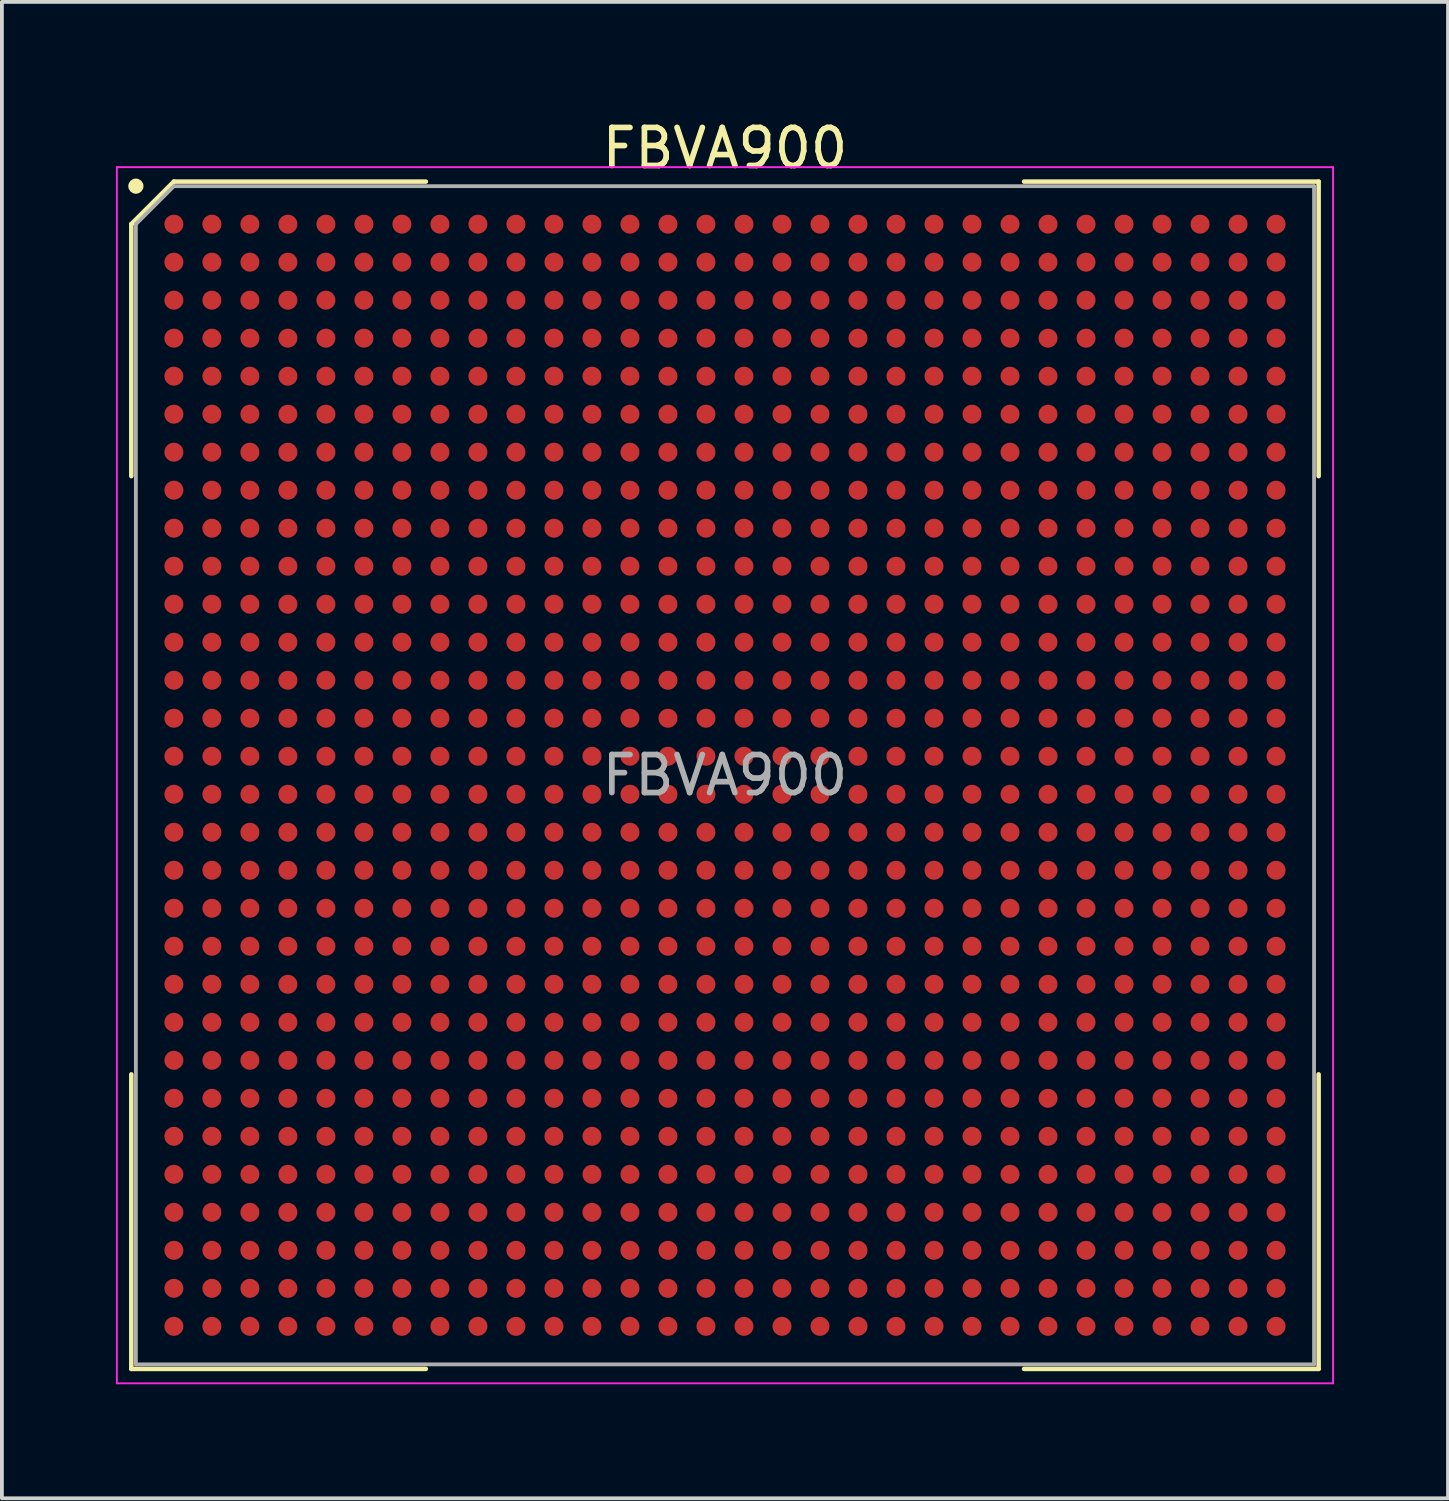
<source format=kicad_pcb>
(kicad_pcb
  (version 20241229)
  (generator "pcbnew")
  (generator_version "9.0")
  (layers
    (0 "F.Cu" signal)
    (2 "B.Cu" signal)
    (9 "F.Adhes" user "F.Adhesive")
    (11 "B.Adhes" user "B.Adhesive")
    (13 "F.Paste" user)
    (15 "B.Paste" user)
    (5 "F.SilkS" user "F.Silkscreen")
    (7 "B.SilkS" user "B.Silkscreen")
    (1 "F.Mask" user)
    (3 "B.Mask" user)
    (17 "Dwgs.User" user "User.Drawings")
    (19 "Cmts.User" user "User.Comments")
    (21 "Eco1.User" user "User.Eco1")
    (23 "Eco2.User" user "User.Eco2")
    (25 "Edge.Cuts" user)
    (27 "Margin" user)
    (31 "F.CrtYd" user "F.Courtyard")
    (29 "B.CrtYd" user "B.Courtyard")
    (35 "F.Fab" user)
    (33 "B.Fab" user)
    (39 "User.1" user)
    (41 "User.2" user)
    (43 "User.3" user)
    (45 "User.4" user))
  (footprint "FBVA900"
    (layer "F.Cu")
    (at 16.025 17.348)
    (property "Reference" "FBVA900" (at 0 -16.5 0) (layer "F.SilkS") (effects (font (size 1 1) (thickness 0.15))))
    (attr smd)
    (fp_line (start -15.62 -14.5) (end -15.62 -7.87) (stroke (width 0.12) (type default)) (layer "F.SilkS"))
    (fp_line (start -15.62 15.62) (end -15.62 7.87) (stroke (width 0.12) (type default)) (layer "F.SilkS"))
    (fp_line (start -14.5 -15.62) (end -15.62 -14.5) (stroke (width 0.12) (type default)) (layer "F.SilkS"))
    (fp_line (start -7.87 -15.62) (end -14.5 -15.62) (stroke (width 0.12) (type default)) (layer "F.SilkS"))
    (fp_line (start -7.87 15.62) (end -15.62 15.62) (stroke (width 0.12) (type default)) (layer "F.SilkS"))
    (fp_line (start 7.87 -15.62) (end 15.62 -15.62) (stroke (width 0.12) (type default)) (layer "F.SilkS"))
    (fp_line (start 7.87 15.62) (end 15.62 15.62) (stroke (width 0.12) (type default)) (layer "F.SilkS"))
    (fp_line (start 15.62 -15.62) (end 15.62 -7.87) (stroke (width 0.12) (type default)) (layer "F.SilkS"))
    (fp_line (start 15.62 15.62) (end 15.62 7.87) (stroke (width 0.12) (type default)) (layer "F.SilkS"))
    (fp_circle (center -15.5 -15.5) (end -15.5 -15.4) (stroke (width 0.2) (type default)) (fill no) (layer "F.SilkS"))
    (fp_line (start -16 -16) (end 16 -16) (stroke (width 0.05) (type default)) (layer "F.CrtYd"))
    (fp_line (start -16 16) (end -16 -16) (stroke (width 0.05) (type default)) (layer "F.CrtYd"))
    (fp_line (start 16 -16) (end 16 16) (stroke (width 0.05) (type default)) (layer "F.CrtYd"))
    (fp_line (start 16 16) (end -16 16) (stroke (width 0.05) (type default)) (layer "F.CrtYd"))
    (fp_line (start -15.5 -14.5) (end -15.5 15.5) (stroke (width 0.1) (type default)) (layer "F.Fab"))
    (fp_line (start -15.5 15.5) (end 15.5 15.5) (stroke (width 0.1) (type default)) (layer "F.Fab"))
    (fp_line (start -14.5 -15.5) (end -15.5 -14.5) (stroke (width 0.1) (type default)) (layer "F.Fab"))
    (fp_line (start 15.5 -15.5) (end -14.5 -15.5) (stroke (width 0.1) (type default)) (layer "F.Fab"))
    (fp_line (start 15.5 15.5) (end 15.5 -15.5) (stroke (width 0.1) (type default)) (layer "F.Fab"))
    (fp_text user "${REFERENCE}" (at 0 0 0) (layer "F.Fab") (effects (font (size 1 1) (thickness 0.15))))
    (pad "A1" smd circle (at -14.5 -14.5) (size 0.5 0.5) (layers "F.Cu" "F.Mask" "F.Paste"))
    (pad "A2" smd circle (at -13.5 -14.5) (size 0.5 0.5) (layers "F.Cu" "F.Mask" "F.Paste"))
    (pad "A3" smd circle (at -12.5 -14.5) (size 0.5 0.5) (layers "F.Cu" "F.Mask" "F.Paste"))
    (pad "A4" smd circle (at -11.5 -14.5) (size 0.5 0.5) (layers "F.Cu" "F.Mask" "F.Paste"))
    (pad "A5" smd circle (at -10.5 -14.5) (size 0.5 0.5) (layers "F.Cu" "F.Mask" "F.Paste"))
    (pad "A6" smd circle (at -9.5 -14.5) (size 0.5 0.5) (layers "F.Cu" "F.Mask" "F.Paste"))
    (pad "A7" smd circle (at -8.5 -14.5) (size 0.5 0.5) (layers "F.Cu" "F.Mask" "F.Paste"))
    (pad "A8" smd circle (at -7.5 -14.5) (size 0.5 0.5) (layers "F.Cu" "F.Mask" "F.Paste"))
    (pad "A9" smd circle (at -6.5 -14.5) (size 0.5 0.5) (layers "F.Cu" "F.Mask" "F.Paste"))
    (pad "A10" smd circle (at -5.5 -14.5) (size 0.5 0.5) (layers "F.Cu" "F.Mask" "F.Paste"))
    (pad "A11" smd circle (at -4.5 -14.5) (size 0.5 0.5) (layers "F.Cu" "F.Mask" "F.Paste"))
    (pad "A12" smd circle (at -3.5 -14.5) (size 0.5 0.5) (layers "F.Cu" "F.Mask" "F.Paste"))
    (pad "A13" smd circle (at -2.5 -14.5) (size 0.5 0.5) (layers "F.Cu" "F.Mask" "F.Paste"))
    (pad "A14" smd circle (at -1.5 -14.5) (size 0.5 0.5) (layers "F.Cu" "F.Mask" "F.Paste"))
    (pad "A15" smd circle (at -0.5 -14.5) (size 0.5 0.5) (layers "F.Cu" "F.Mask" "F.Paste"))
    (pad "A16" smd circle (at 0.5 -14.5) (size 0.5 0.5) (layers "F.Cu" "F.Mask" "F.Paste"))
    (pad "A17" smd circle (at 1.5 -14.5) (size 0.5 0.5) (layers "F.Cu" "F.Mask" "F.Paste"))
    (pad "A18" smd circle (at 2.5 -14.5) (size 0.5 0.5) (layers "F.Cu" "F.Mask" "F.Paste"))
    (pad "A19" smd circle (at 3.5 -14.5) (size 0.5 0.5) (layers "F.Cu" "F.Mask" "F.Paste"))
    (pad "A20" smd circle (at 4.5 -14.5) (size 0.5 0.5) (layers "F.Cu" "F.Mask" "F.Paste"))
    (pad "A21" smd circle (at 5.5 -14.5) (size 0.5 0.5) (layers "F.Cu" "F.Mask" "F.Paste"))
    (pad "A22" smd circle (at 6.5 -14.5) (size 0.5 0.5) (layers "F.Cu" "F.Mask" "F.Paste"))
    (pad "A23" smd circle (at 7.5 -14.5) (size 0.5 0.5) (layers "F.Cu" "F.Mask" "F.Paste"))
    (pad "A24" smd circle (at 8.5 -14.5) (size 0.5 0.5) (layers "F.Cu" "F.Mask" "F.Paste"))
    (pad "A25" smd circle (at 9.5 -14.5) (size 0.5 0.5) (layers "F.Cu" "F.Mask" "F.Paste"))
    (pad "A26" smd circle (at 10.5 -14.5) (size 0.5 0.5) (layers "F.Cu" "F.Mask" "F.Paste"))
    (pad "A27" smd circle (at 11.5 -14.5) (size 0.5 0.5) (layers "F.Cu" "F.Mask" "F.Paste"))
    (pad "A28" smd circle (at 12.5 -14.5) (size 0.5 0.5) (layers "F.Cu" "F.Mask" "F.Paste"))
    (pad "A29" smd circle (at 13.5 -14.5) (size 0.5 0.5) (layers "F.Cu" "F.Mask" "F.Paste"))
    (pad "A30" smd circle (at 14.5 -14.5) (size 0.5 0.5) (layers "F.Cu" "F.Mask" "F.Paste"))
    (pad "AA1" smd circle (at -14.5 5.5) (size 0.5 0.5) (layers "F.Cu" "F.Mask" "F.Paste"))
    (pad "AA2" smd circle (at -13.5 5.5) (size 0.5 0.5) (layers "F.Cu" "F.Mask" "F.Paste"))
    (pad "AA3" smd circle (at -12.5 5.5) (size 0.5 0.5) (layers "F.Cu" "F.Mask" "F.Paste"))
    (pad "AA4" smd circle (at -11.5 5.5) (size 0.5 0.5) (layers "F.Cu" "F.Mask" "F.Paste"))
    (pad "AA5" smd circle (at -10.5 5.5) (size 0.5 0.5) (layers "F.Cu" "F.Mask" "F.Paste"))
    (pad "AA6" smd circle (at -9.5 5.5) (size 0.5 0.5) (layers "F.Cu" "F.Mask" "F.Paste"))
    (pad "AA7" smd circle (at -8.5 5.5) (size 0.5 0.5) (layers "F.Cu" "F.Mask" "F.Paste"))
    (pad "AA8" smd circle (at -7.5 5.5) (size 0.5 0.5) (layers "F.Cu" "F.Mask" "F.Paste"))
    (pad "AA9" smd circle (at -6.5 5.5) (size 0.5 0.5) (layers "F.Cu" "F.Mask" "F.Paste"))
    (pad "AA10" smd circle (at -5.5 5.5) (size 0.5 0.5) (layers "F.Cu" "F.Mask" "F.Paste"))
    (pad "AA11" smd circle (at -4.5 5.5) (size 0.5 0.5) (layers "F.Cu" "F.Mask" "F.Paste"))
    (pad "AA12" smd circle (at -3.5 5.5) (size 0.5 0.5) (layers "F.Cu" "F.Mask" "F.Paste"))
    (pad "AA13" smd circle (at -2.5 5.5) (size 0.5 0.5) (layers "F.Cu" "F.Mask" "F.Paste"))
    (pad "AA14" smd circle (at -1.5 5.5) (size 0.5 0.5) (layers "F.Cu" "F.Mask" "F.Paste"))
    (pad "AA15" smd circle (at -0.5 5.5) (size 0.5 0.5) (layers "F.Cu" "F.Mask" "F.Paste"))
    (pad "AA16" smd circle (at 0.5 5.5) (size 0.5 0.5) (layers "F.Cu" "F.Mask" "F.Paste"))
    (pad "AA17" smd circle (at 1.5 5.5) (size 0.5 0.5) (layers "F.Cu" "F.Mask" "F.Paste"))
    (pad "AA18" smd circle (at 2.5 5.5) (size 0.5 0.5) (layers "F.Cu" "F.Mask" "F.Paste"))
    (pad "AA19" smd circle (at 3.5 5.5) (size 0.5 0.5) (layers "F.Cu" "F.Mask" "F.Paste"))
    (pad "AA20" smd circle (at 4.5 5.5) (size 0.5 0.5) (layers "F.Cu" "F.Mask" "F.Paste"))
    (pad "AA21" smd circle (at 5.5 5.5) (size 0.5 0.5) (layers "F.Cu" "F.Mask" "F.Paste"))
    (pad "AA22" smd circle (at 6.5 5.5) (size 0.5 0.5) (layers "F.Cu" "F.Mask" "F.Paste"))
    (pad "AA23" smd circle (at 7.5 5.5) (size 0.5 0.5) (layers "F.Cu" "F.Mask" "F.Paste"))
    (pad "AA24" smd circle (at 8.5 5.5) (size 0.5 0.5) (layers "F.Cu" "F.Mask" "F.Paste"))
    (pad "AA25" smd circle (at 9.5 5.5) (size 0.5 0.5) (layers "F.Cu" "F.Mask" "F.Paste"))
    (pad "AA26" smd circle (at 10.5 5.5) (size 0.5 0.5) (layers "F.Cu" "F.Mask" "F.Paste"))
    (pad "AA27" smd circle (at 11.5 5.5) (size 0.5 0.5) (layers "F.Cu" "F.Mask" "F.Paste"))
    (pad "AA28" smd circle (at 12.5 5.5) (size 0.5 0.5) (layers "F.Cu" "F.Mask" "F.Paste"))
    (pad "AA29" smd circle (at 13.5 5.5) (size 0.5 0.5) (layers "F.Cu" "F.Mask" "F.Paste"))
    (pad "AA30" smd circle (at 14.5 5.5) (size 0.5 0.5) (layers "F.Cu" "F.Mask" "F.Paste"))
    (pad "AB1" smd circle (at -14.5 6.5) (size 0.5 0.5) (layers "F.Cu" "F.Mask" "F.Paste"))
    (pad "AB2" smd circle (at -13.5 6.5) (size 0.5 0.5) (layers "F.Cu" "F.Mask" "F.Paste"))
    (pad "AB3" smd circle (at -12.5 6.5) (size 0.5 0.5) (layers "F.Cu" "F.Mask" "F.Paste"))
    (pad "AB4" smd circle (at -11.5 6.5) (size 0.5 0.5) (layers "F.Cu" "F.Mask" "F.Paste"))
    (pad "AB5" smd circle (at -10.5 6.5) (size 0.5 0.5) (layers "F.Cu" "F.Mask" "F.Paste"))
    (pad "AB6" smd circle (at -9.5 6.5) (size 0.5 0.5) (layers "F.Cu" "F.Mask" "F.Paste"))
    (pad "AB7" smd circle (at -8.5 6.5) (size 0.5 0.5) (layers "F.Cu" "F.Mask" "F.Paste"))
    (pad "AB8" smd circle (at -7.5 6.5) (size 0.5 0.5) (layers "F.Cu" "F.Mask" "F.Paste"))
    (pad "AB9" smd circle (at -6.5 6.5) (size 0.5 0.5) (layers "F.Cu" "F.Mask" "F.Paste"))
    (pad "AB10" smd circle (at -5.5 6.5) (size 0.5 0.5) (layers "F.Cu" "F.Mask" "F.Paste"))
    (pad "AB11" smd circle (at -4.5 6.5) (size 0.5 0.5) (layers "F.Cu" "F.Mask" "F.Paste"))
    (pad "AB12" smd circle (at -3.5 6.5) (size 0.5 0.5) (layers "F.Cu" "F.Mask" "F.Paste"))
    (pad "AB13" smd circle (at -2.5 6.5) (size 0.5 0.5) (layers "F.Cu" "F.Mask" "F.Paste"))
    (pad "AB14" smd circle (at -1.5 6.5) (size 0.5 0.5) (layers "F.Cu" "F.Mask" "F.Paste"))
    (pad "AB15" smd circle (at -0.5 6.5) (size 0.5 0.5) (layers "F.Cu" "F.Mask" "F.Paste"))
    (pad "AB16" smd circle (at 0.5 6.5) (size 0.5 0.5) (layers "F.Cu" "F.Mask" "F.Paste"))
    (pad "AB17" smd circle (at 1.5 6.5) (size 0.5 0.5) (layers "F.Cu" "F.Mask" "F.Paste"))
    (pad "AB18" smd circle (at 2.5 6.5) (size 0.5 0.5) (layers "F.Cu" "F.Mask" "F.Paste"))
    (pad "AB19" smd circle (at 3.5 6.5) (size 0.5 0.5) (layers "F.Cu" "F.Mask" "F.Paste"))
    (pad "AB20" smd circle (at 4.5 6.5) (size 0.5 0.5) (layers "F.Cu" "F.Mask" "F.Paste"))
    (pad "AB21" smd circle (at 5.5 6.5) (size 0.5 0.5) (layers "F.Cu" "F.Mask" "F.Paste"))
    (pad "AB22" smd circle (at 6.5 6.5) (size 0.5 0.5) (layers "F.Cu" "F.Mask" "F.Paste"))
    (pad "AB23" smd circle (at 7.5 6.5) (size 0.5 0.5) (layers "F.Cu" "F.Mask" "F.Paste"))
    (pad "AB24" smd circle (at 8.5 6.5) (size 0.5 0.5) (layers "F.Cu" "F.Mask" "F.Paste"))
    (pad "AB25" smd circle (at 9.5 6.5) (size 0.5 0.5) (layers "F.Cu" "F.Mask" "F.Paste"))
    (pad "AB26" smd circle (at 10.5 6.5) (size 0.5 0.5) (layers "F.Cu" "F.Mask" "F.Paste"))
    (pad "AB27" smd circle (at 11.5 6.5) (size 0.5 0.5) (layers "F.Cu" "F.Mask" "F.Paste"))
    (pad "AB28" smd circle (at 12.5 6.5) (size 0.5 0.5) (layers "F.Cu" "F.Mask" "F.Paste"))
    (pad "AB29" smd circle (at 13.5 6.5) (size 0.5 0.5) (layers "F.Cu" "F.Mask" "F.Paste"))
    (pad "AB30" smd circle (at 14.5 6.5) (size 0.5 0.5) (layers "F.Cu" "F.Mask" "F.Paste"))
    (pad "AC1" smd circle (at -14.5 7.5) (size 0.5 0.5) (layers "F.Cu" "F.Mask" "F.Paste"))
    (pad "AC2" smd circle (at -13.5 7.5) (size 0.5 0.5) (layers "F.Cu" "F.Mask" "F.Paste"))
    (pad "AC3" smd circle (at -12.5 7.5) (size 0.5 0.5) (layers "F.Cu" "F.Mask" "F.Paste"))
    (pad "AC4" smd circle (at -11.5 7.5) (size 0.5 0.5) (layers "F.Cu" "F.Mask" "F.Paste"))
    (pad "AC5" smd circle (at -10.5 7.5) (size 0.5 0.5) (layers "F.Cu" "F.Mask" "F.Paste"))
    (pad "AC6" smd circle (at -9.5 7.5) (size 0.5 0.5) (layers "F.Cu" "F.Mask" "F.Paste"))
    (pad "AC7" smd circle (at -8.5 7.5) (size 0.5 0.5) (layers "F.Cu" "F.Mask" "F.Paste"))
    (pad "AC8" smd circle (at -7.5 7.5) (size 0.5 0.5) (layers "F.Cu" "F.Mask" "F.Paste"))
    (pad "AC9" smd circle (at -6.5 7.5) (size 0.5 0.5) (layers "F.Cu" "F.Mask" "F.Paste"))
    (pad "AC10" smd circle (at -5.5 7.5) (size 0.5 0.5) (layers "F.Cu" "F.Mask" "F.Paste"))
    (pad "AC11" smd circle (at -4.5 7.5) (size 0.5 0.5) (layers "F.Cu" "F.Mask" "F.Paste"))
    (pad "AC12" smd circle (at -3.5 7.5) (size 0.5 0.5) (layers "F.Cu" "F.Mask" "F.Paste"))
    (pad "AC13" smd circle (at -2.5 7.5) (size 0.5 0.5) (layers "F.Cu" "F.Mask" "F.Paste"))
    (pad "AC14" smd circle (at -1.5 7.5) (size 0.5 0.5) (layers "F.Cu" "F.Mask" "F.Paste"))
    (pad "AC15" smd circle (at -0.5 7.5) (size 0.5 0.5) (layers "F.Cu" "F.Mask" "F.Paste"))
    (pad "AC16" smd circle (at 0.5 7.5) (size 0.5 0.5) (layers "F.Cu" "F.Mask" "F.Paste"))
    (pad "AC17" smd circle (at 1.5 7.5) (size 0.5 0.5) (layers "F.Cu" "F.Mask" "F.Paste"))
    (pad "AC18" smd circle (at 2.5 7.5) (size 0.5 0.5) (layers "F.Cu" "F.Mask" "F.Paste"))
    (pad "AC19" smd circle (at 3.5 7.5) (size 0.5 0.5) (layers "F.Cu" "F.Mask" "F.Paste"))
    (pad "AC20" smd circle (at 4.5 7.5) (size 0.5 0.5) (layers "F.Cu" "F.Mask" "F.Paste"))
    (pad "AC21" smd circle (at 5.5 7.5) (size 0.5 0.5) (layers "F.Cu" "F.Mask" "F.Paste"))
    (pad "AC22" smd circle (at 6.5 7.5) (size 0.5 0.5) (layers "F.Cu" "F.Mask" "F.Paste"))
    (pad "AC23" smd circle (at 7.5 7.5) (size 0.5 0.5) (layers "F.Cu" "F.Mask" "F.Paste"))
    (pad "AC24" smd circle (at 8.5 7.5) (size 0.5 0.5) (layers "F.Cu" "F.Mask" "F.Paste"))
    (pad "AC25" smd circle (at 9.5 7.5) (size 0.5 0.5) (layers "F.Cu" "F.Mask" "F.Paste"))
    (pad "AC26" smd circle (at 10.5 7.5) (size 0.5 0.5) (layers "F.Cu" "F.Mask" "F.Paste"))
    (pad "AC27" smd circle (at 11.5 7.5) (size 0.5 0.5) (layers "F.Cu" "F.Mask" "F.Paste"))
    (pad "AC28" smd circle (at 12.5 7.5) (size 0.5 0.5) (layers "F.Cu" "F.Mask" "F.Paste"))
    (pad "AC29" smd circle (at 13.5 7.5) (size 0.5 0.5) (layers "F.Cu" "F.Mask" "F.Paste"))
    (pad "AC30" smd circle (at 14.5 7.5) (size 0.5 0.5) (layers "F.Cu" "F.Mask" "F.Paste"))
    (pad "AD1" smd circle (at -14.5 8.5) (size 0.5 0.5) (layers "F.Cu" "F.Mask" "F.Paste"))
    (pad "AD2" smd circle (at -13.5 8.5) (size 0.5 0.5) (layers "F.Cu" "F.Mask" "F.Paste"))
    (pad "AD3" smd circle (at -12.5 8.5) (size 0.5 0.5) (layers "F.Cu" "F.Mask" "F.Paste"))
    (pad "AD4" smd circle (at -11.5 8.5) (size 0.5 0.5) (layers "F.Cu" "F.Mask" "F.Paste"))
    (pad "AD5" smd circle (at -10.5 8.5) (size 0.5 0.5) (layers "F.Cu" "F.Mask" "F.Paste"))
    (pad "AD6" smd circle (at -9.5 8.5) (size 0.5 0.5) (layers "F.Cu" "F.Mask" "F.Paste"))
    (pad "AD7" smd circle (at -8.5 8.5) (size 0.5 0.5) (layers "F.Cu" "F.Mask" "F.Paste"))
    (pad "AD8" smd circle (at -7.5 8.5) (size 0.5 0.5) (layers "F.Cu" "F.Mask" "F.Paste"))
    (pad "AD9" smd circle (at -6.5 8.5) (size 0.5 0.5) (layers "F.Cu" "F.Mask" "F.Paste"))
    (pad "AD10" smd circle (at -5.5 8.5) (size 0.5 0.5) (layers "F.Cu" "F.Mask" "F.Paste"))
    (pad "AD11" smd circle (at -4.5 8.5) (size 0.5 0.5) (layers "F.Cu" "F.Mask" "F.Paste"))
    (pad "AD12" smd circle (at -3.5 8.5) (size 0.5 0.5) (layers "F.Cu" "F.Mask" "F.Paste"))
    (pad "AD13" smd circle (at -2.5 8.5) (size 0.5 0.5) (layers "F.Cu" "F.Mask" "F.Paste"))
    (pad "AD14" smd circle (at -1.5 8.5) (size 0.5 0.5) (layers "F.Cu" "F.Mask" "F.Paste"))
    (pad "AD15" smd circle (at -0.5 8.5) (size 0.5 0.5) (layers "F.Cu" "F.Mask" "F.Paste"))
    (pad "AD16" smd circle (at 0.5 8.5) (size 0.5 0.5) (layers "F.Cu" "F.Mask" "F.Paste"))
    (pad "AD17" smd circle (at 1.5 8.5) (size 0.5 0.5) (layers "F.Cu" "F.Mask" "F.Paste"))
    (pad "AD18" smd circle (at 2.5 8.5) (size 0.5 0.5) (layers "F.Cu" "F.Mask" "F.Paste"))
    (pad "AD19" smd circle (at 3.5 8.5) (size 0.5 0.5) (layers "F.Cu" "F.Mask" "F.Paste"))
    (pad "AD20" smd circle (at 4.5 8.5) (size 0.5 0.5) (layers "F.Cu" "F.Mask" "F.Paste"))
    (pad "AD21" smd circle (at 5.5 8.5) (size 0.5 0.5) (layers "F.Cu" "F.Mask" "F.Paste"))
    (pad "AD22" smd circle (at 6.5 8.5) (size 0.5 0.5) (layers "F.Cu" "F.Mask" "F.Paste"))
    (pad "AD23" smd circle (at 7.5 8.5) (size 0.5 0.5) (layers "F.Cu" "F.Mask" "F.Paste"))
    (pad "AD24" smd circle (at 8.5 8.5) (size 0.5 0.5) (layers "F.Cu" "F.Mask" "F.Paste"))
    (pad "AD25" smd circle (at 9.5 8.5) (size 0.5 0.5) (layers "F.Cu" "F.Mask" "F.Paste"))
    (pad "AD26" smd circle (at 10.5 8.5) (size 0.5 0.5) (layers "F.Cu" "F.Mask" "F.Paste"))
    (pad "AD27" smd circle (at 11.5 8.5) (size 0.5 0.5) (layers "F.Cu" "F.Mask" "F.Paste"))
    (pad "AD28" smd circle (at 12.5 8.5) (size 0.5 0.5) (layers "F.Cu" "F.Mask" "F.Paste"))
    (pad "AD29" smd circle (at 13.5 8.5) (size 0.5 0.5) (layers "F.Cu" "F.Mask" "F.Paste"))
    (pad "AD30" smd circle (at 14.5 8.5) (size 0.5 0.5) (layers "F.Cu" "F.Mask" "F.Paste"))
    (pad "AE1" smd circle (at -14.5 9.5) (size 0.5 0.5) (layers "F.Cu" "F.Mask" "F.Paste"))
    (pad "AE2" smd circle (at -13.5 9.5) (size 0.5 0.5) (layers "F.Cu" "F.Mask" "F.Paste"))
    (pad "AE3" smd circle (at -12.5 9.5) (size 0.5 0.5) (layers "F.Cu" "F.Mask" "F.Paste"))
    (pad "AE4" smd circle (at -11.5 9.5) (size 0.5 0.5) (layers "F.Cu" "F.Mask" "F.Paste"))
    (pad "AE5" smd circle (at -10.5 9.5) (size 0.5 0.5) (layers "F.Cu" "F.Mask" "F.Paste"))
    (pad "AE6" smd circle (at -9.5 9.5) (size 0.5 0.5) (layers "F.Cu" "F.Mask" "F.Paste"))
    (pad "AE7" smd circle (at -8.5 9.5) (size 0.5 0.5) (layers "F.Cu" "F.Mask" "F.Paste"))
    (pad "AE8" smd circle (at -7.5 9.5) (size 0.5 0.5) (layers "F.Cu" "F.Mask" "F.Paste"))
    (pad "AE9" smd circle (at -6.5 9.5) (size 0.5 0.5) (layers "F.Cu" "F.Mask" "F.Paste"))
    (pad "AE10" smd circle (at -5.5 9.5) (size 0.5 0.5) (layers "F.Cu" "F.Mask" "F.Paste"))
    (pad "AE11" smd circle (at -4.5 9.5) (size 0.5 0.5) (layers "F.Cu" "F.Mask" "F.Paste"))
    (pad "AE12" smd circle (at -3.5 9.5) (size 0.5 0.5) (layers "F.Cu" "F.Mask" "F.Paste"))
    (pad "AE13" smd circle (at -2.5 9.5) (size 0.5 0.5) (layers "F.Cu" "F.Mask" "F.Paste"))
    (pad "AE14" smd circle (at -1.5 9.5) (size 0.5 0.5) (layers "F.Cu" "F.Mask" "F.Paste"))
    (pad "AE15" smd circle (at -0.5 9.5) (size 0.5 0.5) (layers "F.Cu" "F.Mask" "F.Paste"))
    (pad "AE16" smd circle (at 0.5 9.5) (size 0.5 0.5) (layers "F.Cu" "F.Mask" "F.Paste"))
    (pad "AE17" smd circle (at 1.5 9.5) (size 0.5 0.5) (layers "F.Cu" "F.Mask" "F.Paste"))
    (pad "AE18" smd circle (at 2.5 9.5) (size 0.5 0.5) (layers "F.Cu" "F.Mask" "F.Paste"))
    (pad "AE19" smd circle (at 3.5 9.5) (size 0.5 0.5) (layers "F.Cu" "F.Mask" "F.Paste"))
    (pad "AE20" smd circle (at 4.5 9.5) (size 0.5 0.5) (layers "F.Cu" "F.Mask" "F.Paste"))
    (pad "AE21" smd circle (at 5.5 9.5) (size 0.5 0.5) (layers "F.Cu" "F.Mask" "F.Paste"))
    (pad "AE22" smd circle (at 6.5 9.5) (size 0.5 0.5) (layers "F.Cu" "F.Mask" "F.Paste"))
    (pad "AE23" smd circle (at 7.5 9.5) (size 0.5 0.5) (layers "F.Cu" "F.Mask" "F.Paste"))
    (pad "AE24" smd circle (at 8.5 9.5) (size 0.5 0.5) (layers "F.Cu" "F.Mask" "F.Paste"))
    (pad "AE25" smd circle (at 9.5 9.5) (size 0.5 0.5) (layers "F.Cu" "F.Mask" "F.Paste"))
    (pad "AE26" smd circle (at 10.5 9.5) (size 0.5 0.5) (layers "F.Cu" "F.Mask" "F.Paste"))
    (pad "AE27" smd circle (at 11.5 9.5) (size 0.5 0.5) (layers "F.Cu" "F.Mask" "F.Paste"))
    (pad "AE28" smd circle (at 12.5 9.5) (size 0.5 0.5) (layers "F.Cu" "F.Mask" "F.Paste"))
    (pad "AE29" smd circle (at 13.5 9.5) (size 0.5 0.5) (layers "F.Cu" "F.Mask" "F.Paste"))
    (pad "AE30" smd circle (at 14.5 9.5) (size 0.5 0.5) (layers "F.Cu" "F.Mask" "F.Paste"))
    (pad "AF1" smd circle (at -14.5 10.5) (size 0.5 0.5) (layers "F.Cu" "F.Mask" "F.Paste"))
    (pad "AF2" smd circle (at -13.5 10.5) (size 0.5 0.5) (layers "F.Cu" "F.Mask" "F.Paste"))
    (pad "AF3" smd circle (at -12.5 10.5) (size 0.5 0.5) (layers "F.Cu" "F.Mask" "F.Paste"))
    (pad "AF4" smd circle (at -11.5 10.5) (size 0.5 0.5) (layers "F.Cu" "F.Mask" "F.Paste"))
    (pad "AF5" smd circle (at -10.5 10.5) (size 0.5 0.5) (layers "F.Cu" "F.Mask" "F.Paste"))
    (pad "AF6" smd circle (at -9.5 10.5) (size 0.5 0.5) (layers "F.Cu" "F.Mask" "F.Paste"))
    (pad "AF7" smd circle (at -8.5 10.5) (size 0.5 0.5) (layers "F.Cu" "F.Mask" "F.Paste"))
    (pad "AF8" smd circle (at -7.5 10.5) (size 0.5 0.5) (layers "F.Cu" "F.Mask" "F.Paste"))
    (pad "AF9" smd circle (at -6.5 10.5) (size 0.5 0.5) (layers "F.Cu" "F.Mask" "F.Paste"))
    (pad "AF10" smd circle (at -5.5 10.5) (size 0.5 0.5) (layers "F.Cu" "F.Mask" "F.Paste"))
    (pad "AF11" smd circle (at -4.5 10.5) (size 0.5 0.5) (layers "F.Cu" "F.Mask" "F.Paste"))
    (pad "AF12" smd circle (at -3.5 10.5) (size 0.5 0.5) (layers "F.Cu" "F.Mask" "F.Paste"))
    (pad "AF13" smd circle (at -2.5 10.5) (size 0.5 0.5) (layers "F.Cu" "F.Mask" "F.Paste"))
    (pad "AF14" smd circle (at -1.5 10.5) (size 0.5 0.5) (layers "F.Cu" "F.Mask" "F.Paste"))
    (pad "AF15" smd circle (at -0.5 10.5) (size 0.5 0.5) (layers "F.Cu" "F.Mask" "F.Paste"))
    (pad "AF16" smd circle (at 0.5 10.5) (size 0.5 0.5) (layers "F.Cu" "F.Mask" "F.Paste"))
    (pad "AF17" smd circle (at 1.5 10.5) (size 0.5 0.5) (layers "F.Cu" "F.Mask" "F.Paste"))
    (pad "AF18" smd circle (at 2.5 10.5) (size 0.5 0.5) (layers "F.Cu" "F.Mask" "F.Paste"))
    (pad "AF19" smd circle (at 3.5 10.5) (size 0.5 0.5) (layers "F.Cu" "F.Mask" "F.Paste"))
    (pad "AF20" smd circle (at 4.5 10.5) (size 0.5 0.5) (layers "F.Cu" "F.Mask" "F.Paste"))
    (pad "AF21" smd circle (at 5.5 10.5) (size 0.5 0.5) (layers "F.Cu" "F.Mask" "F.Paste"))
    (pad "AF22" smd circle (at 6.5 10.5) (size 0.5 0.5) (layers "F.Cu" "F.Mask" "F.Paste"))
    (pad "AF23" smd circle (at 7.5 10.5) (size 0.5 0.5) (layers "F.Cu" "F.Mask" "F.Paste"))
    (pad "AF24" smd circle (at 8.5 10.5) (size 0.5 0.5) (layers "F.Cu" "F.Mask" "F.Paste"))
    (pad "AF25" smd circle (at 9.5 10.5) (size 0.5 0.5) (layers "F.Cu" "F.Mask" "F.Paste"))
    (pad "AF26" smd circle (at 10.5 10.5) (size 0.5 0.5) (layers "F.Cu" "F.Mask" "F.Paste"))
    (pad "AF27" smd circle (at 11.5 10.5) (size 0.5 0.5) (layers "F.Cu" "F.Mask" "F.Paste"))
    (pad "AF28" smd circle (at 12.5 10.5) (size 0.5 0.5) (layers "F.Cu" "F.Mask" "F.Paste"))
    (pad "AF29" smd circle (at 13.5 10.5) (size 0.5 0.5) (layers "F.Cu" "F.Mask" "F.Paste"))
    (pad "AF30" smd circle (at 14.5 10.5) (size 0.5 0.5) (layers "F.Cu" "F.Mask" "F.Paste"))
    (pad "AG1" smd circle (at -14.5 11.5) (size 0.5 0.5) (layers "F.Cu" "F.Mask" "F.Paste"))
    (pad "AG2" smd circle (at -13.5 11.5) (size 0.5 0.5) (layers "F.Cu" "F.Mask" "F.Paste"))
    (pad "AG3" smd circle (at -12.5 11.5) (size 0.5 0.5) (layers "F.Cu" "F.Mask" "F.Paste"))
    (pad "AG4" smd circle (at -11.5 11.5) (size 0.5 0.5) (layers "F.Cu" "F.Mask" "F.Paste"))
    (pad "AG5" smd circle (at -10.5 11.5) (size 0.5 0.5) (layers "F.Cu" "F.Mask" "F.Paste"))
    (pad "AG6" smd circle (at -9.5 11.5) (size 0.5 0.5) (layers "F.Cu" "F.Mask" "F.Paste"))
    (pad "AG7" smd circle (at -8.5 11.5) (size 0.5 0.5) (layers "F.Cu" "F.Mask" "F.Paste"))
    (pad "AG8" smd circle (at -7.5 11.5) (size 0.5 0.5) (layers "F.Cu" "F.Mask" "F.Paste"))
    (pad "AG9" smd circle (at -6.5 11.5) (size 0.5 0.5) (layers "F.Cu" "F.Mask" "F.Paste"))
    (pad "AG10" smd circle (at -5.5 11.5) (size 0.5 0.5) (layers "F.Cu" "F.Mask" "F.Paste"))
    (pad "AG11" smd circle (at -4.5 11.5) (size 0.5 0.5) (layers "F.Cu" "F.Mask" "F.Paste"))
    (pad "AG12" smd circle (at -3.5 11.5) (size 0.5 0.5) (layers "F.Cu" "F.Mask" "F.Paste"))
    (pad "AG13" smd circle (at -2.5 11.5) (size 0.5 0.5) (layers "F.Cu" "F.Mask" "F.Paste"))
    (pad "AG14" smd circle (at -1.5 11.5) (size 0.5 0.5) (layers "F.Cu" "F.Mask" "F.Paste"))
    (pad "AG15" smd circle (at -0.5 11.5) (size 0.5 0.5) (layers "F.Cu" "F.Mask" "F.Paste"))
    (pad "AG16" smd circle (at 0.5 11.5) (size 0.5 0.5) (layers "F.Cu" "F.Mask" "F.Paste"))
    (pad "AG17" smd circle (at 1.5 11.5) (size 0.5 0.5) (layers "F.Cu" "F.Mask" "F.Paste"))
    (pad "AG18" smd circle (at 2.5 11.5) (size 0.5 0.5) (layers "F.Cu" "F.Mask" "F.Paste"))
    (pad "AG19" smd circle (at 3.5 11.5) (size 0.5 0.5) (layers "F.Cu" "F.Mask" "F.Paste"))
    (pad "AG20" smd circle (at 4.5 11.5) (size 0.5 0.5) (layers "F.Cu" "F.Mask" "F.Paste"))
    (pad "AG21" smd circle (at 5.5 11.5) (size 0.5 0.5) (layers "F.Cu" "F.Mask" "F.Paste"))
    (pad "AG22" smd circle (at 6.5 11.5) (size 0.5 0.5) (layers "F.Cu" "F.Mask" "F.Paste"))
    (pad "AG23" smd circle (at 7.5 11.5) (size 0.5 0.5) (layers "F.Cu" "F.Mask" "F.Paste"))
    (pad "AG24" smd circle (at 8.5 11.5) (size 0.5 0.5) (layers "F.Cu" "F.Mask" "F.Paste"))
    (pad "AG25" smd circle (at 9.5 11.5) (size 0.5 0.5) (layers "F.Cu" "F.Mask" "F.Paste"))
    (pad "AG26" smd circle (at 10.5 11.5) (size 0.5 0.5) (layers "F.Cu" "F.Mask" "F.Paste"))
    (pad "AG27" smd circle (at 11.5 11.5) (size 0.5 0.5) (layers "F.Cu" "F.Mask" "F.Paste"))
    (pad "AG28" smd circle (at 12.5 11.5) (size 0.5 0.5) (layers "F.Cu" "F.Mask" "F.Paste"))
    (pad "AG29" smd circle (at 13.5 11.5) (size 0.5 0.5) (layers "F.Cu" "F.Mask" "F.Paste"))
    (pad "AG30" smd circle (at 14.5 11.5) (size 0.5 0.5) (layers "F.Cu" "F.Mask" "F.Paste"))
    (pad "AH1" smd circle (at -14.5 12.5) (size 0.5 0.5) (layers "F.Cu" "F.Mask" "F.Paste"))
    (pad "AH2" smd circle (at -13.5 12.5) (size 0.5 0.5) (layers "F.Cu" "F.Mask" "F.Paste"))
    (pad "AH3" smd circle (at -12.5 12.5) (size 0.5 0.5) (layers "F.Cu" "F.Mask" "F.Paste"))
    (pad "AH4" smd circle (at -11.5 12.5) (size 0.5 0.5) (layers "F.Cu" "F.Mask" "F.Paste"))
    (pad "AH5" smd circle (at -10.5 12.5) (size 0.5 0.5) (layers "F.Cu" "F.Mask" "F.Paste"))
    (pad "AH6" smd circle (at -9.5 12.5) (size 0.5 0.5) (layers "F.Cu" "F.Mask" "F.Paste"))
    (pad "AH7" smd circle (at -8.5 12.5) (size 0.5 0.5) (layers "F.Cu" "F.Mask" "F.Paste"))
    (pad "AH8" smd circle (at -7.5 12.5) (size 0.5 0.5) (layers "F.Cu" "F.Mask" "F.Paste"))
    (pad "AH9" smd circle (at -6.5 12.5) (size 0.5 0.5) (layers "F.Cu" "F.Mask" "F.Paste"))
    (pad "AH10" smd circle (at -5.5 12.5) (size 0.5 0.5) (layers "F.Cu" "F.Mask" "F.Paste"))
    (pad "AH11" smd circle (at -4.5 12.5) (size 0.5 0.5) (layers "F.Cu" "F.Mask" "F.Paste"))
    (pad "AH12" smd circle (at -3.5 12.5) (size 0.5 0.5) (layers "F.Cu" "F.Mask" "F.Paste"))
    (pad "AH13" smd circle (at -2.5 12.5) (size 0.5 0.5) (layers "F.Cu" "F.Mask" "F.Paste"))
    (pad "AH14" smd circle (at -1.5 12.5) (size 0.5 0.5) (layers "F.Cu" "F.Mask" "F.Paste"))
    (pad "AH15" smd circle (at -0.5 12.5) (size 0.5 0.5) (layers "F.Cu" "F.Mask" "F.Paste"))
    (pad "AH16" smd circle (at 0.5 12.5) (size 0.5 0.5) (layers "F.Cu" "F.Mask" "F.Paste"))
    (pad "AH17" smd circle (at 1.5 12.5) (size 0.5 0.5) (layers "F.Cu" "F.Mask" "F.Paste"))
    (pad "AH18" smd circle (at 2.5 12.5) (size 0.5 0.5) (layers "F.Cu" "F.Mask" "F.Paste"))
    (pad "AH19" smd circle (at 3.5 12.5) (size 0.5 0.5) (layers "F.Cu" "F.Mask" "F.Paste"))
    (pad "AH20" smd circle (at 4.5 12.5) (size 0.5 0.5) (layers "F.Cu" "F.Mask" "F.Paste"))
    (pad "AH21" smd circle (at 5.5 12.5) (size 0.5 0.5) (layers "F.Cu" "F.Mask" "F.Paste"))
    (pad "AH22" smd circle (at 6.5 12.5) (size 0.5 0.5) (layers "F.Cu" "F.Mask" "F.Paste"))
    (pad "AH23" smd circle (at 7.5 12.5) (size 0.5 0.5) (layers "F.Cu" "F.Mask" "F.Paste"))
    (pad "AH24" smd circle (at 8.5 12.5) (size 0.5 0.5) (layers "F.Cu" "F.Mask" "F.Paste"))
    (pad "AH25" smd circle (at 9.5 12.5) (size 0.5 0.5) (layers "F.Cu" "F.Mask" "F.Paste"))
    (pad "AH26" smd circle (at 10.5 12.5) (size 0.5 0.5) (layers "F.Cu" "F.Mask" "F.Paste"))
    (pad "AH27" smd circle (at 11.5 12.5) (size 0.5 0.5) (layers "F.Cu" "F.Mask" "F.Paste"))
    (pad "AH28" smd circle (at 12.5 12.5) (size 0.5 0.5) (layers "F.Cu" "F.Mask" "F.Paste"))
    (pad "AH29" smd circle (at 13.5 12.5) (size 0.5 0.5) (layers "F.Cu" "F.Mask" "F.Paste"))
    (pad "AH30" smd circle (at 14.5 12.5) (size 0.5 0.5) (layers "F.Cu" "F.Mask" "F.Paste"))
    (pad "AJ1" smd circle (at -14.5 13.5) (size 0.5 0.5) (layers "F.Cu" "F.Mask" "F.Paste"))
    (pad "AJ2" smd circle (at -13.5 13.5) (size 0.5 0.5) (layers "F.Cu" "F.Mask" "F.Paste"))
    (pad "AJ3" smd circle (at -12.5 13.5) (size 0.5 0.5) (layers "F.Cu" "F.Mask" "F.Paste"))
    (pad "AJ4" smd circle (at -11.5 13.5) (size 0.5 0.5) (layers "F.Cu" "F.Mask" "F.Paste"))
    (pad "AJ5" smd circle (at -10.5 13.5) (size 0.5 0.5) (layers "F.Cu" "F.Mask" "F.Paste"))
    (pad "AJ6" smd circle (at -9.5 13.5) (size 0.5 0.5) (layers "F.Cu" "F.Mask" "F.Paste"))
    (pad "AJ7" smd circle (at -8.5 13.5) (size 0.5 0.5) (layers "F.Cu" "F.Mask" "F.Paste"))
    (pad "AJ8" smd circle (at -7.5 13.5) (size 0.5 0.5) (layers "F.Cu" "F.Mask" "F.Paste"))
    (pad "AJ9" smd circle (at -6.5 13.5) (size 0.5 0.5) (layers "F.Cu" "F.Mask" "F.Paste"))
    (pad "AJ10" smd circle (at -5.5 13.5) (size 0.5 0.5) (layers "F.Cu" "F.Mask" "F.Paste"))
    (pad "AJ11" smd circle (at -4.5 13.5) (size 0.5 0.5) (layers "F.Cu" "F.Mask" "F.Paste"))
    (pad "AJ12" smd circle (at -3.5 13.5) (size 0.5 0.5) (layers "F.Cu" "F.Mask" "F.Paste"))
    (pad "AJ13" smd circle (at -2.5 13.5) (size 0.5 0.5) (layers "F.Cu" "F.Mask" "F.Paste"))
    (pad "AJ14" smd circle (at -1.5 13.5) (size 0.5 0.5) (layers "F.Cu" "F.Mask" "F.Paste"))
    (pad "AJ15" smd circle (at -0.5 13.5) (size 0.5 0.5) (layers "F.Cu" "F.Mask" "F.Paste"))
    (pad "AJ16" smd circle (at 0.5 13.5) (size 0.5 0.5) (layers "F.Cu" "F.Mask" "F.Paste"))
    (pad "AJ17" smd circle (at 1.5 13.5) (size 0.5 0.5) (layers "F.Cu" "F.Mask" "F.Paste"))
    (pad "AJ18" smd circle (at 2.5 13.5) (size 0.5 0.5) (layers "F.Cu" "F.Mask" "F.Paste"))
    (pad "AJ19" smd circle (at 3.5 13.5) (size 0.5 0.5) (layers "F.Cu" "F.Mask" "F.Paste"))
    (pad "AJ20" smd circle (at 4.5 13.5) (size 0.5 0.5) (layers "F.Cu" "F.Mask" "F.Paste"))
    (pad "AJ21" smd circle (at 5.5 13.5) (size 0.5 0.5) (layers "F.Cu" "F.Mask" "F.Paste"))
    (pad "AJ22" smd circle (at 6.5 13.5) (size 0.5 0.5) (layers "F.Cu" "F.Mask" "F.Paste"))
    (pad "AJ23" smd circle (at 7.5 13.5) (size 0.5 0.5) (layers "F.Cu" "F.Mask" "F.Paste"))
    (pad "AJ24" smd circle (at 8.5 13.5) (size 0.5 0.5) (layers "F.Cu" "F.Mask" "F.Paste"))
    (pad "AJ25" smd circle (at 9.5 13.5) (size 0.5 0.5) (layers "F.Cu" "F.Mask" "F.Paste"))
    (pad "AJ26" smd circle (at 10.5 13.5) (size 0.5 0.5) (layers "F.Cu" "F.Mask" "F.Paste"))
    (pad "AJ27" smd circle (at 11.5 13.5) (size 0.5 0.5) (layers "F.Cu" "F.Mask" "F.Paste"))
    (pad "AJ28" smd circle (at 12.5 13.5) (size 0.5 0.5) (layers "F.Cu" "F.Mask" "F.Paste"))
    (pad "AJ29" smd circle (at 13.5 13.5) (size 0.5 0.5) (layers "F.Cu" "F.Mask" "F.Paste"))
    (pad "AJ30" smd circle (at 14.5 13.5) (size 0.5 0.5) (layers "F.Cu" "F.Mask" "F.Paste"))
    (pad "AK1" smd circle (at -14.5 14.5) (size 0.5 0.5) (layers "F.Cu" "F.Mask" "F.Paste"))
    (pad "AK2" smd circle (at -13.5 14.5) (size 0.5 0.5) (layers "F.Cu" "F.Mask" "F.Paste"))
    (pad "AK3" smd circle (at -12.5 14.5) (size 0.5 0.5) (layers "F.Cu" "F.Mask" "F.Paste"))
    (pad "AK4" smd circle (at -11.5 14.5) (size 0.5 0.5) (layers "F.Cu" "F.Mask" "F.Paste"))
    (pad "AK5" smd circle (at -10.5 14.5) (size 0.5 0.5) (layers "F.Cu" "F.Mask" "F.Paste"))
    (pad "AK6" smd circle (at -9.5 14.5) (size 0.5 0.5) (layers "F.Cu" "F.Mask" "F.Paste"))
    (pad "AK7" smd circle (at -8.5 14.5) (size 0.5 0.5) (layers "F.Cu" "F.Mask" "F.Paste"))
    (pad "AK8" smd circle (at -7.5 14.5) (size 0.5 0.5) (layers "F.Cu" "F.Mask" "F.Paste"))
    (pad "AK9" smd circle (at -6.5 14.5) (size 0.5 0.5) (layers "F.Cu" "F.Mask" "F.Paste"))
    (pad "AK10" smd circle (at -5.5 14.5) (size 0.5 0.5) (layers "F.Cu" "F.Mask" "F.Paste"))
    (pad "AK11" smd circle (at -4.5 14.5) (size 0.5 0.5) (layers "F.Cu" "F.Mask" "F.Paste"))
    (pad "AK12" smd circle (at -3.5 14.5) (size 0.5 0.5) (layers "F.Cu" "F.Mask" "F.Paste"))
    (pad "AK13" smd circle (at -2.5 14.5) (size 0.5 0.5) (layers "F.Cu" "F.Mask" "F.Paste"))
    (pad "AK14" smd circle (at -1.5 14.5) (size 0.5 0.5) (layers "F.Cu" "F.Mask" "F.Paste"))
    (pad "AK15" smd circle (at -0.5 14.5) (size 0.5 0.5) (layers "F.Cu" "F.Mask" "F.Paste"))
    (pad "AK16" smd circle (at 0.5 14.5) (size 0.5 0.5) (layers "F.Cu" "F.Mask" "F.Paste"))
    (pad "AK17" smd circle (at 1.5 14.5) (size 0.5 0.5) (layers "F.Cu" "F.Mask" "F.Paste"))
    (pad "AK18" smd circle (at 2.5 14.5) (size 0.5 0.5) (layers "F.Cu" "F.Mask" "F.Paste"))
    (pad "AK19" smd circle (at 3.5 14.5) (size 0.5 0.5) (layers "F.Cu" "F.Mask" "F.Paste"))
    (pad "AK20" smd circle (at 4.5 14.5) (size 0.5 0.5) (layers "F.Cu" "F.Mask" "F.Paste"))
    (pad "AK21" smd circle (at 5.5 14.5) (size 0.5 0.5) (layers "F.Cu" "F.Mask" "F.Paste"))
    (pad "AK22" smd circle (at 6.5 14.5) (size 0.5 0.5) (layers "F.Cu" "F.Mask" "F.Paste"))
    (pad "AK23" smd circle (at 7.5 14.5) (size 0.5 0.5) (layers "F.Cu" "F.Mask" "F.Paste"))
    (pad "AK24" smd circle (at 8.5 14.5) (size 0.5 0.5) (layers "F.Cu" "F.Mask" "F.Paste"))
    (pad "AK25" smd circle (at 9.5 14.5) (size 0.5 0.5) (layers "F.Cu" "F.Mask" "F.Paste"))
    (pad "AK26" smd circle (at 10.5 14.5) (size 0.5 0.5) (layers "F.Cu" "F.Mask" "F.Paste"))
    (pad "AK27" smd circle (at 11.5 14.5) (size 0.5 0.5) (layers "F.Cu" "F.Mask" "F.Paste"))
    (pad "AK28" smd circle (at 12.5 14.5) (size 0.5 0.5) (layers "F.Cu" "F.Mask" "F.Paste"))
    (pad "AK29" smd circle (at 13.5 14.5) (size 0.5 0.5) (layers "F.Cu" "F.Mask" "F.Paste"))
    (pad "AK30" smd circle (at 14.5 14.5) (size 0.5 0.5) (layers "F.Cu" "F.Mask" "F.Paste"))
    (pad "B1" smd circle (at -14.5 -13.5) (size 0.5 0.5) (layers "F.Cu" "F.Mask" "F.Paste"))
    (pad "B2" smd circle (at -13.5 -13.5) (size 0.5 0.5) (layers "F.Cu" "F.Mask" "F.Paste"))
    (pad "B3" smd circle (at -12.5 -13.5) (size 0.5 0.5) (layers "F.Cu" "F.Mask" "F.Paste"))
    (pad "B4" smd circle (at -11.5 -13.5) (size 0.5 0.5) (layers "F.Cu" "F.Mask" "F.Paste"))
    (pad "B5" smd circle (at -10.5 -13.5) (size 0.5 0.5) (layers "F.Cu" "F.Mask" "F.Paste"))
    (pad "B6" smd circle (at -9.5 -13.5) (size 0.5 0.5) (layers "F.Cu" "F.Mask" "F.Paste"))
    (pad "B7" smd circle (at -8.5 -13.5) (size 0.5 0.5) (layers "F.Cu" "F.Mask" "F.Paste"))
    (pad "B8" smd circle (at -7.5 -13.5) (size 0.5 0.5) (layers "F.Cu" "F.Mask" "F.Paste"))
    (pad "B9" smd circle (at -6.5 -13.5) (size 0.5 0.5) (layers "F.Cu" "F.Mask" "F.Paste"))
    (pad "B10" smd circle (at -5.5 -13.5) (size 0.5 0.5) (layers "F.Cu" "F.Mask" "F.Paste"))
    (pad "B11" smd circle (at -4.5 -13.5) (size 0.5 0.5) (layers "F.Cu" "F.Mask" "F.Paste"))
    (pad "B12" smd circle (at -3.5 -13.5) (size 0.5 0.5) (layers "F.Cu" "F.Mask" "F.Paste"))
    (pad "B13" smd circle (at -2.5 -13.5) (size 0.5 0.5) (layers "F.Cu" "F.Mask" "F.Paste"))
    (pad "B14" smd circle (at -1.5 -13.5) (size 0.5 0.5) (layers "F.Cu" "F.Mask" "F.Paste"))
    (pad "B15" smd circle (at -0.5 -13.5) (size 0.5 0.5) (layers "F.Cu" "F.Mask" "F.Paste"))
    (pad "B16" smd circle (at 0.5 -13.5) (size 0.5 0.5) (layers "F.Cu" "F.Mask" "F.Paste"))
    (pad "B17" smd circle (at 1.5 -13.5) (size 0.5 0.5) (layers "F.Cu" "F.Mask" "F.Paste"))
    (pad "B18" smd circle (at 2.5 -13.5) (size 0.5 0.5) (layers "F.Cu" "F.Mask" "F.Paste"))
    (pad "B19" smd circle (at 3.5 -13.5) (size 0.5 0.5) (layers "F.Cu" "F.Mask" "F.Paste"))
    (pad "B20" smd circle (at 4.5 -13.5) (size 0.5 0.5) (layers "F.Cu" "F.Mask" "F.Paste"))
    (pad "B21" smd circle (at 5.5 -13.5) (size 0.5 0.5) (layers "F.Cu" "F.Mask" "F.Paste"))
    (pad "B22" smd circle (at 6.5 -13.5) (size 0.5 0.5) (layers "F.Cu" "F.Mask" "F.Paste"))
    (pad "B23" smd circle (at 7.5 -13.5) (size 0.5 0.5) (layers "F.Cu" "F.Mask" "F.Paste"))
    (pad "B24" smd circle (at 8.5 -13.5) (size 0.5 0.5) (layers "F.Cu" "F.Mask" "F.Paste"))
    (pad "B25" smd circle (at 9.5 -13.5) (size 0.5 0.5) (layers "F.Cu" "F.Mask" "F.Paste"))
    (pad "B26" smd circle (at 10.5 -13.5) (size 0.5 0.5) (layers "F.Cu" "F.Mask" "F.Paste"))
    (pad "B27" smd circle (at 11.5 -13.5) (size 0.5 0.5) (layers "F.Cu" "F.Mask" "F.Paste"))
    (pad "B28" smd circle (at 12.5 -13.5) (size 0.5 0.5) (layers "F.Cu" "F.Mask" "F.Paste"))
    (pad "B29" smd circle (at 13.5 -13.5) (size 0.5 0.5) (layers "F.Cu" "F.Mask" "F.Paste"))
    (pad "B30" smd circle (at 14.5 -13.5) (size 0.5 0.5) (layers "F.Cu" "F.Mask" "F.Paste"))
    (pad "C1" smd circle (at -14.5 -12.5) (size 0.5 0.5) (layers "F.Cu" "F.Mask" "F.Paste"))
    (pad "C2" smd circle (at -13.5 -12.5) (size 0.5 0.5) (layers "F.Cu" "F.Mask" "F.Paste"))
    (pad "C3" smd circle (at -12.5 -12.5) (size 0.5 0.5) (layers "F.Cu" "F.Mask" "F.Paste"))
    (pad "C4" smd circle (at -11.5 -12.5) (size 0.5 0.5) (layers "F.Cu" "F.Mask" "F.Paste"))
    (pad "C5" smd circle (at -10.5 -12.5) (size 0.5 0.5) (layers "F.Cu" "F.Mask" "F.Paste"))
    (pad "C6" smd circle (at -9.5 -12.5) (size 0.5 0.5) (layers "F.Cu" "F.Mask" "F.Paste"))
    (pad "C7" smd circle (at -8.5 -12.5) (size 0.5 0.5) (layers "F.Cu" "F.Mask" "F.Paste"))
    (pad "C8" smd circle (at -7.5 -12.5) (size 0.5 0.5) (layers "F.Cu" "F.Mask" "F.Paste"))
    (pad "C9" smd circle (at -6.5 -12.5) (size 0.5 0.5) (layers "F.Cu" "F.Mask" "F.Paste"))
    (pad "C10" smd circle (at -5.5 -12.5) (size 0.5 0.5) (layers "F.Cu" "F.Mask" "F.Paste"))
    (pad "C11" smd circle (at -4.5 -12.5) (size 0.5 0.5) (layers "F.Cu" "F.Mask" "F.Paste"))
    (pad "C12" smd circle (at -3.5 -12.5) (size 0.5 0.5) (layers "F.Cu" "F.Mask" "F.Paste"))
    (pad "C13" smd circle (at -2.5 -12.5) (size 0.5 0.5) (layers "F.Cu" "F.Mask" "F.Paste"))
    (pad "C14" smd circle (at -1.5 -12.5) (size 0.5 0.5) (layers "F.Cu" "F.Mask" "F.Paste"))
    (pad "C15" smd circle (at -0.5 -12.5) (size 0.5 0.5) (layers "F.Cu" "F.Mask" "F.Paste"))
    (pad "C16" smd circle (at 0.5 -12.5) (size 0.5 0.5) (layers "F.Cu" "F.Mask" "F.Paste"))
    (pad "C17" smd circle (at 1.5 -12.5) (size 0.5 0.5) (layers "F.Cu" "F.Mask" "F.Paste"))
    (pad "C18" smd circle (at 2.5 -12.5) (size 0.5 0.5) (layers "F.Cu" "F.Mask" "F.Paste"))
    (pad "C19" smd circle (at 3.5 -12.5) (size 0.5 0.5) (layers "F.Cu" "F.Mask" "F.Paste"))
    (pad "C20" smd circle (at 4.5 -12.5) (size 0.5 0.5) (layers "F.Cu" "F.Mask" "F.Paste"))
    (pad "C21" smd circle (at 5.5 -12.5) (size 0.5 0.5) (layers "F.Cu" "F.Mask" "F.Paste"))
    (pad "C22" smd circle (at 6.5 -12.5) (size 0.5 0.5) (layers "F.Cu" "F.Mask" "F.Paste"))
    (pad "C23" smd circle (at 7.5 -12.5) (size 0.5 0.5) (layers "F.Cu" "F.Mask" "F.Paste"))
    (pad "C24" smd circle (at 8.5 -12.5) (size 0.5 0.5) (layers "F.Cu" "F.Mask" "F.Paste"))
    (pad "C25" smd circle (at 9.5 -12.5) (size 0.5 0.5) (layers "F.Cu" "F.Mask" "F.Paste"))
    (pad "C26" smd circle (at 10.5 -12.5) (size 0.5 0.5) (layers "F.Cu" "F.Mask" "F.Paste"))
    (pad "C27" smd circle (at 11.5 -12.5) (size 0.5 0.5) (layers "F.Cu" "F.Mask" "F.Paste"))
    (pad "C28" smd circle (at 12.5 -12.5) (size 0.5 0.5) (layers "F.Cu" "F.Mask" "F.Paste"))
    (pad "C29" smd circle (at 13.5 -12.5) (size 0.5 0.5) (layers "F.Cu" "F.Mask" "F.Paste"))
    (pad "C30" smd circle (at 14.5 -12.5) (size 0.5 0.5) (layers "F.Cu" "F.Mask" "F.Paste"))
    (pad "D1" smd circle (at -14.5 -11.5) (size 0.5 0.5) (layers "F.Cu" "F.Mask" "F.Paste"))
    (pad "D2" smd circle (at -13.5 -11.5) (size 0.5 0.5) (layers "F.Cu" "F.Mask" "F.Paste"))
    (pad "D3" smd circle (at -12.5 -11.5) (size 0.5 0.5) (layers "F.Cu" "F.Mask" "F.Paste"))
    (pad "D4" smd circle (at -11.5 -11.5) (size 0.5 0.5) (layers "F.Cu" "F.Mask" "F.Paste"))
    (pad "D5" smd circle (at -10.5 -11.5) (size 0.5 0.5) (layers "F.Cu" "F.Mask" "F.Paste"))
    (pad "D6" smd circle (at -9.5 -11.5) (size 0.5 0.5) (layers "F.Cu" "F.Mask" "F.Paste"))
    (pad "D7" smd circle (at -8.5 -11.5) (size 0.5 0.5) (layers "F.Cu" "F.Mask" "F.Paste"))
    (pad "D8" smd circle (at -7.5 -11.5) (size 0.5 0.5) (layers "F.Cu" "F.Mask" "F.Paste"))
    (pad "D9" smd circle (at -6.5 -11.5) (size 0.5 0.5) (layers "F.Cu" "F.Mask" "F.Paste"))
    (pad "D10" smd circle (at -5.5 -11.5) (size 0.5 0.5) (layers "F.Cu" "F.Mask" "F.Paste"))
    (pad "D11" smd circle (at -4.5 -11.5) (size 0.5 0.5) (layers "F.Cu" "F.Mask" "F.Paste"))
    (pad "D12" smd circle (at -3.5 -11.5) (size 0.5 0.5) (layers "F.Cu" "F.Mask" "F.Paste"))
    (pad "D13" smd circle (at -2.5 -11.5) (size 0.5 0.5) (layers "F.Cu" "F.Mask" "F.Paste"))
    (pad "D14" smd circle (at -1.5 -11.5) (size 0.5 0.5) (layers "F.Cu" "F.Mask" "F.Paste"))
    (pad "D15" smd circle (at -0.5 -11.5) (size 0.5 0.5) (layers "F.Cu" "F.Mask" "F.Paste"))
    (pad "D16" smd circle (at 0.5 -11.5) (size 0.5 0.5) (layers "F.Cu" "F.Mask" "F.Paste"))
    (pad "D17" smd circle (at 1.5 -11.5) (size 0.5 0.5) (layers "F.Cu" "F.Mask" "F.Paste"))
    (pad "D18" smd circle (at 2.5 -11.5) (size 0.5 0.5) (layers "F.Cu" "F.Mask" "F.Paste"))
    (pad "D19" smd circle (at 3.5 -11.5) (size 0.5 0.5) (layers "F.Cu" "F.Mask" "F.Paste"))
    (pad "D20" smd circle (at 4.5 -11.5) (size 0.5 0.5) (layers "F.Cu" "F.Mask" "F.Paste"))
    (pad "D21" smd circle (at 5.5 -11.5) (size 0.5 0.5) (layers "F.Cu" "F.Mask" "F.Paste"))
    (pad "D22" smd circle (at 6.5 -11.5) (size 0.5 0.5) (layers "F.Cu" "F.Mask" "F.Paste"))
    (pad "D23" smd circle (at 7.5 -11.5) (size 0.5 0.5) (layers "F.Cu" "F.Mask" "F.Paste"))
    (pad "D24" smd circle (at 8.5 -11.5) (size 0.5 0.5) (layers "F.Cu" "F.Mask" "F.Paste"))
    (pad "D25" smd circle (at 9.5 -11.5) (size 0.5 0.5) (layers "F.Cu" "F.Mask" "F.Paste"))
    (pad "D26" smd circle (at 10.5 -11.5) (size 0.5 0.5) (layers "F.Cu" "F.Mask" "F.Paste"))
    (pad "D27" smd circle (at 11.5 -11.5) (size 0.5 0.5) (layers "F.Cu" "F.Mask" "F.Paste"))
    (pad "D28" smd circle (at 12.5 -11.5) (size 0.5 0.5) (layers "F.Cu" "F.Mask" "F.Paste"))
    (pad "D29" smd circle (at 13.5 -11.5) (size 0.5 0.5) (layers "F.Cu" "F.Mask" "F.Paste"))
    (pad "D30" smd circle (at 14.5 -11.5) (size 0.5 0.5) (layers "F.Cu" "F.Mask" "F.Paste"))
    (pad "E1" smd circle (at -14.5 -10.5) (size 0.5 0.5) (layers "F.Cu" "F.Mask" "F.Paste"))
    (pad "E2" smd circle (at -13.5 -10.5) (size 0.5 0.5) (layers "F.Cu" "F.Mask" "F.Paste"))
    (pad "E3" smd circle (at -12.5 -10.5) (size 0.5 0.5) (layers "F.Cu" "F.Mask" "F.Paste"))
    (pad "E4" smd circle (at -11.5 -10.5) (size 0.5 0.5) (layers "F.Cu" "F.Mask" "F.Paste"))
    (pad "E5" smd circle (at -10.5 -10.5) (size 0.5 0.5) (layers "F.Cu" "F.Mask" "F.Paste"))
    (pad "E6" smd circle (at -9.5 -10.5) (size 0.5 0.5) (layers "F.Cu" "F.Mask" "F.Paste"))
    (pad "E7" smd circle (at -8.5 -10.5) (size 0.5 0.5) (layers "F.Cu" "F.Mask" "F.Paste"))
    (pad "E8" smd circle (at -7.5 -10.5) (size 0.5 0.5) (layers "F.Cu" "F.Mask" "F.Paste"))
    (pad "E9" smd circle (at -6.5 -10.5) (size 0.5 0.5) (layers "F.Cu" "F.Mask" "F.Paste"))
    (pad "E10" smd circle (at -5.5 -10.5) (size 0.5 0.5) (layers "F.Cu" "F.Mask" "F.Paste"))
    (pad "E11" smd circle (at -4.5 -10.5) (size 0.5 0.5) (layers "F.Cu" "F.Mask" "F.Paste"))
    (pad "E12" smd circle (at -3.5 -10.5) (size 0.5 0.5) (layers "F.Cu" "F.Mask" "F.Paste"))
    (pad "E13" smd circle (at -2.5 -10.5) (size 0.5 0.5) (layers "F.Cu" "F.Mask" "F.Paste"))
    (pad "E14" smd circle (at -1.5 -10.5) (size 0.5 0.5) (layers "F.Cu" "F.Mask" "F.Paste"))
    (pad "E15" smd circle (at -0.5 -10.5) (size 0.5 0.5) (layers "F.Cu" "F.Mask" "F.Paste"))
    (pad "E16" smd circle (at 0.5 -10.5) (size 0.5 0.5) (layers "F.Cu" "F.Mask" "F.Paste"))
    (pad "E17" smd circle (at 1.5 -10.5) (size 0.5 0.5) (layers "F.Cu" "F.Mask" "F.Paste"))
    (pad "E18" smd circle (at 2.5 -10.5) (size 0.5 0.5) (layers "F.Cu" "F.Mask" "F.Paste"))
    (pad "E19" smd circle (at 3.5 -10.5) (size 0.5 0.5) (layers "F.Cu" "F.Mask" "F.Paste"))
    (pad "E20" smd circle (at 4.5 -10.5) (size 0.5 0.5) (layers "F.Cu" "F.Mask" "F.Paste"))
    (pad "E21" smd circle (at 5.5 -10.5) (size 0.5 0.5) (layers "F.Cu" "F.Mask" "F.Paste"))
    (pad "E22" smd circle (at 6.5 -10.5) (size 0.5 0.5) (layers "F.Cu" "F.Mask" "F.Paste"))
    (pad "E23" smd circle (at 7.5 -10.5) (size 0.5 0.5) (layers "F.Cu" "F.Mask" "F.Paste"))
    (pad "E24" smd circle (at 8.5 -10.5) (size 0.5 0.5) (layers "F.Cu" "F.Mask" "F.Paste"))
    (pad "E25" smd circle (at 9.5 -10.5) (size 0.5 0.5) (layers "F.Cu" "F.Mask" "F.Paste"))
    (pad "E26" smd circle (at 10.5 -10.5) (size 0.5 0.5) (layers "F.Cu" "F.Mask" "F.Paste"))
    (pad "E27" smd circle (at 11.5 -10.5) (size 0.5 0.5) (layers "F.Cu" "F.Mask" "F.Paste"))
    (pad "E28" smd circle (at 12.5 -10.5) (size 0.5 0.5) (layers "F.Cu" "F.Mask" "F.Paste"))
    (pad "E29" smd circle (at 13.5 -10.5) (size 0.5 0.5) (layers "F.Cu" "F.Mask" "F.Paste"))
    (pad "E30" smd circle (at 14.5 -10.5) (size 0.5 0.5) (layers "F.Cu" "F.Mask" "F.Paste"))
    (pad "F1" smd circle (at -14.5 -9.5) (size 0.5 0.5) (layers "F.Cu" "F.Mask" "F.Paste"))
    (pad "F2" smd circle (at -13.5 -9.5) (size 0.5 0.5) (layers "F.Cu" "F.Mask" "F.Paste"))
    (pad "F3" smd circle (at -12.5 -9.5) (size 0.5 0.5) (layers "F.Cu" "F.Mask" "F.Paste"))
    (pad "F4" smd circle (at -11.5 -9.5) (size 0.5 0.5) (layers "F.Cu" "F.Mask" "F.Paste"))
    (pad "F5" smd circle (at -10.5 -9.5) (size 0.5 0.5) (layers "F.Cu" "F.Mask" "F.Paste"))
    (pad "F6" smd circle (at -9.5 -9.5) (size 0.5 0.5) (layers "F.Cu" "F.Mask" "F.Paste"))
    (pad "F7" smd circle (at -8.5 -9.5) (size 0.5 0.5) (layers "F.Cu" "F.Mask" "F.Paste"))
    (pad "F8" smd circle (at -7.5 -9.5) (size 0.5 0.5) (layers "F.Cu" "F.Mask" "F.Paste"))
    (pad "F9" smd circle (at -6.5 -9.5) (size 0.5 0.5) (layers "F.Cu" "F.Mask" "F.Paste"))
    (pad "F10" smd circle (at -5.5 -9.5) (size 0.5 0.5) (layers "F.Cu" "F.Mask" "F.Paste"))
    (pad "F11" smd circle (at -4.5 -9.5) (size 0.5 0.5) (layers "F.Cu" "F.Mask" "F.Paste"))
    (pad "F12" smd circle (at -3.5 -9.5) (size 0.5 0.5) (layers "F.Cu" "F.Mask" "F.Paste"))
    (pad "F13" smd circle (at -2.5 -9.5) (size 0.5 0.5) (layers "F.Cu" "F.Mask" "F.Paste"))
    (pad "F14" smd circle (at -1.5 -9.5) (size 0.5 0.5) (layers "F.Cu" "F.Mask" "F.Paste"))
    (pad "F15" smd circle (at -0.5 -9.5) (size 0.5 0.5) (layers "F.Cu" "F.Mask" "F.Paste"))
    (pad "F16" smd circle (at 0.5 -9.5) (size 0.5 0.5) (layers "F.Cu" "F.Mask" "F.Paste"))
    (pad "F17" smd circle (at 1.5 -9.5) (size 0.5 0.5) (layers "F.Cu" "F.Mask" "F.Paste"))
    (pad "F18" smd circle (at 2.5 -9.5) (size 0.5 0.5) (layers "F.Cu" "F.Mask" "F.Paste"))
    (pad "F19" smd circle (at 3.5 -9.5) (size 0.5 0.5) (layers "F.Cu" "F.Mask" "F.Paste"))
    (pad "F20" smd circle (at 4.5 -9.5) (size 0.5 0.5) (layers "F.Cu" "F.Mask" "F.Paste"))
    (pad "F21" smd circle (at 5.5 -9.5) (size 0.5 0.5) (layers "F.Cu" "F.Mask" "F.Paste"))
    (pad "F22" smd circle (at 6.5 -9.5) (size 0.5 0.5) (layers "F.Cu" "F.Mask" "F.Paste"))
    (pad "F23" smd circle (at 7.5 -9.5) (size 0.5 0.5) (layers "F.Cu" "F.Mask" "F.Paste"))
    (pad "F24" smd circle (at 8.5 -9.5) (size 0.5 0.5) (layers "F.Cu" "F.Mask" "F.Paste"))
    (pad "F25" smd circle (at 9.5 -9.5) (size 0.5 0.5) (layers "F.Cu" "F.Mask" "F.Paste"))
    (pad "F26" smd circle (at 10.5 -9.5) (size 0.5 0.5) (layers "F.Cu" "F.Mask" "F.Paste"))
    (pad "F27" smd circle (at 11.5 -9.5) (size 0.5 0.5) (layers "F.Cu" "F.Mask" "F.Paste"))
    (pad "F28" smd circle (at 12.5 -9.5) (size 0.5 0.5) (layers "F.Cu" "F.Mask" "F.Paste"))
    (pad "F29" smd circle (at 13.5 -9.5) (size 0.5 0.5) (layers "F.Cu" "F.Mask" "F.Paste"))
    (pad "F30" smd circle (at 14.5 -9.5) (size 0.5 0.5) (layers "F.Cu" "F.Mask" "F.Paste"))
    (pad "G1" smd circle (at -14.5 -8.5) (size 0.5 0.5) (layers "F.Cu" "F.Mask" "F.Paste"))
    (pad "G2" smd circle (at -13.5 -8.5) (size 0.5 0.5) (layers "F.Cu" "F.Mask" "F.Paste"))
    (pad "G3" smd circle (at -12.5 -8.5) (size 0.5 0.5) (layers "F.Cu" "F.Mask" "F.Paste"))
    (pad "G4" smd circle (at -11.5 -8.5) (size 0.5 0.5) (layers "F.Cu" "F.Mask" "F.Paste"))
    (pad "G5" smd circle (at -10.5 -8.5) (size 0.5 0.5) (layers "F.Cu" "F.Mask" "F.Paste"))
    (pad "G6" smd circle (at -9.5 -8.5) (size 0.5 0.5) (layers "F.Cu" "F.Mask" "F.Paste"))
    (pad "G7" smd circle (at -8.5 -8.5) (size 0.5 0.5) (layers "F.Cu" "F.Mask" "F.Paste"))
    (pad "G8" smd circle (at -7.5 -8.5) (size 0.5 0.5) (layers "F.Cu" "F.Mask" "F.Paste"))
    (pad "G9" smd circle (at -6.5 -8.5) (size 0.5 0.5) (layers "F.Cu" "F.Mask" "F.Paste"))
    (pad "G10" smd circle (at -5.5 -8.5) (size 0.5 0.5) (layers "F.Cu" "F.Mask" "F.Paste"))
    (pad "G11" smd circle (at -4.5 -8.5) (size 0.5 0.5) (layers "F.Cu" "F.Mask" "F.Paste"))
    (pad "G12" smd circle (at -3.5 -8.5) (size 0.5 0.5) (layers "F.Cu" "F.Mask" "F.Paste"))
    (pad "G13" smd circle (at -2.5 -8.5) (size 0.5 0.5) (layers "F.Cu" "F.Mask" "F.Paste"))
    (pad "G14" smd circle (at -1.5 -8.5) (size 0.5 0.5) (layers "F.Cu" "F.Mask" "F.Paste"))
    (pad "G15" smd circle (at -0.5 -8.5) (size 0.5 0.5) (layers "F.Cu" "F.Mask" "F.Paste"))
    (pad "G16" smd circle (at 0.5 -8.5) (size 0.5 0.5) (layers "F.Cu" "F.Mask" "F.Paste"))
    (pad "G17" smd circle (at 1.5 -8.5) (size 0.5 0.5) (layers "F.Cu" "F.Mask" "F.Paste"))
    (pad "G18" smd circle (at 2.5 -8.5) (size 0.5 0.5) (layers "F.Cu" "F.Mask" "F.Paste"))
    (pad "G19" smd circle (at 3.5 -8.5) (size 0.5 0.5) (layers "F.Cu" "F.Mask" "F.Paste"))
    (pad "G20" smd circle (at 4.5 -8.5) (size 0.5 0.5) (layers "F.Cu" "F.Mask" "F.Paste"))
    (pad "G21" smd circle (at 5.5 -8.5) (size 0.5 0.5) (layers "F.Cu" "F.Mask" "F.Paste"))
    (pad "G22" smd circle (at 6.5 -8.5) (size 0.5 0.5) (layers "F.Cu" "F.Mask" "F.Paste"))
    (pad "G23" smd circle (at 7.5 -8.5) (size 0.5 0.5) (layers "F.Cu" "F.Mask" "F.Paste"))
    (pad "G24" smd circle (at 8.5 -8.5) (size 0.5 0.5) (layers "F.Cu" "F.Mask" "F.Paste"))
    (pad "G25" smd circle (at 9.5 -8.5) (size 0.5 0.5) (layers "F.Cu" "F.Mask" "F.Paste"))
    (pad "G26" smd circle (at 10.5 -8.5) (size 0.5 0.5) (layers "F.Cu" "F.Mask" "F.Paste"))
    (pad "G27" smd circle (at 11.5 -8.5) (size 0.5 0.5) (layers "F.Cu" "F.Mask" "F.Paste"))
    (pad "G28" smd circle (at 12.5 -8.5) (size 0.5 0.5) (layers "F.Cu" "F.Mask" "F.Paste"))
    (pad "G29" smd circle (at 13.5 -8.5) (size 0.5 0.5) (layers "F.Cu" "F.Mask" "F.Paste"))
    (pad "G30" smd circle (at 14.5 -8.5) (size 0.5 0.5) (layers "F.Cu" "F.Mask" "F.Paste"))
    (pad "H1" smd circle (at -14.5 -7.5) (size 0.5 0.5) (layers "F.Cu" "F.Mask" "F.Paste"))
    (pad "H2" smd circle (at -13.5 -7.5) (size 0.5 0.5) (layers "F.Cu" "F.Mask" "F.Paste"))
    (pad "H3" smd circle (at -12.5 -7.5) (size 0.5 0.5) (layers "F.Cu" "F.Mask" "F.Paste"))
    (pad "H4" smd circle (at -11.5 -7.5) (size 0.5 0.5) (layers "F.Cu" "F.Mask" "F.Paste"))
    (pad "H5" smd circle (at -10.5 -7.5) (size 0.5 0.5) (layers "F.Cu" "F.Mask" "F.Paste"))
    (pad "H6" smd circle (at -9.5 -7.5) (size 0.5 0.5) (layers "F.Cu" "F.Mask" "F.Paste"))
    (pad "H7" smd circle (at -8.5 -7.5) (size 0.5 0.5) (layers "F.Cu" "F.Mask" "F.Paste"))
    (pad "H8" smd circle (at -7.5 -7.5) (size 0.5 0.5) (layers "F.Cu" "F.Mask" "F.Paste"))
    (pad "H9" smd circle (at -6.5 -7.5) (size 0.5 0.5) (layers "F.Cu" "F.Mask" "F.Paste"))
    (pad "H10" smd circle (at -5.5 -7.5) (size 0.5 0.5) (layers "F.Cu" "F.Mask" "F.Paste"))
    (pad "H11" smd circle (at -4.5 -7.5) (size 0.5 0.5) (layers "F.Cu" "F.Mask" "F.Paste"))
    (pad "H12" smd circle (at -3.5 -7.5) (size 0.5 0.5) (layers "F.Cu" "F.Mask" "F.Paste"))
    (pad "H13" smd circle (at -2.5 -7.5) (size 0.5 0.5) (layers "F.Cu" "F.Mask" "F.Paste"))
    (pad "H14" smd circle (at -1.5 -7.5) (size 0.5 0.5) (layers "F.Cu" "F.Mask" "F.Paste"))
    (pad "H15" smd circle (at -0.5 -7.5) (size 0.5 0.5) (layers "F.Cu" "F.Mask" "F.Paste"))
    (pad "H16" smd circle (at 0.5 -7.5) (size 0.5 0.5) (layers "F.Cu" "F.Mask" "F.Paste"))
    (pad "H17" smd circle (at 1.5 -7.5) (size 0.5 0.5) (layers "F.Cu" "F.Mask" "F.Paste"))
    (pad "H18" smd circle (at 2.5 -7.5) (size 0.5 0.5) (layers "F.Cu" "F.Mask" "F.Paste"))
    (pad "H19" smd circle (at 3.5 -7.5) (size 0.5 0.5) (layers "F.Cu" "F.Mask" "F.Paste"))
    (pad "H20" smd circle (at 4.5 -7.5) (size 0.5 0.5) (layers "F.Cu" "F.Mask" "F.Paste"))
    (pad "H21" smd circle (at 5.5 -7.5) (size 0.5 0.5) (layers "F.Cu" "F.Mask" "F.Paste"))
    (pad "H22" smd circle (at 6.5 -7.5) (size 0.5 0.5) (layers "F.Cu" "F.Mask" "F.Paste"))
    (pad "H23" smd circle (at 7.5 -7.5) (size 0.5 0.5) (layers "F.Cu" "F.Mask" "F.Paste"))
    (pad "H24" smd circle (at 8.5 -7.5) (size 0.5 0.5) (layers "F.Cu" "F.Mask" "F.Paste"))
    (pad "H25" smd circle (at 9.5 -7.5) (size 0.5 0.5) (layers "F.Cu" "F.Mask" "F.Paste"))
    (pad "H26" smd circle (at 10.5 -7.5) (size 0.5 0.5) (layers "F.Cu" "F.Mask" "F.Paste"))
    (pad "H27" smd circle (at 11.5 -7.5) (size 0.5 0.5) (layers "F.Cu" "F.Mask" "F.Paste"))
    (pad "H28" smd circle (at 12.5 -7.5) (size 0.5 0.5) (layers "F.Cu" "F.Mask" "F.Paste"))
    (pad "H29" smd circle (at 13.5 -7.5) (size 0.5 0.5) (layers "F.Cu" "F.Mask" "F.Paste"))
    (pad "H30" smd circle (at 14.5 -7.5) (size 0.5 0.5) (layers "F.Cu" "F.Mask" "F.Paste"))
    (pad "J1" smd circle (at -14.5 -6.5) (size 0.5 0.5) (layers "F.Cu" "F.Mask" "F.Paste"))
    (pad "J2" smd circle (at -13.5 -6.5) (size 0.5 0.5) (layers "F.Cu" "F.Mask" "F.Paste"))
    (pad "J3" smd circle (at -12.5 -6.5) (size 0.5 0.5) (layers "F.Cu" "F.Mask" "F.Paste"))
    (pad "J4" smd circle (at -11.5 -6.5) (size 0.5 0.5) (layers "F.Cu" "F.Mask" "F.Paste"))
    (pad "J5" smd circle (at -10.5 -6.5) (size 0.5 0.5) (layers "F.Cu" "F.Mask" "F.Paste"))
    (pad "J6" smd circle (at -9.5 -6.5) (size 0.5 0.5) (layers "F.Cu" "F.Mask" "F.Paste"))
    (pad "J7" smd circle (at -8.5 -6.5) (size 0.5 0.5) (layers "F.Cu" "F.Mask" "F.Paste"))
    (pad "J8" smd circle (at -7.5 -6.5) (size 0.5 0.5) (layers "F.Cu" "F.Mask" "F.Paste"))
    (pad "J9" smd circle (at -6.5 -6.5) (size 0.5 0.5) (layers "F.Cu" "F.Mask" "F.Paste"))
    (pad "J10" smd circle (at -5.5 -6.5) (size 0.5 0.5) (layers "F.Cu" "F.Mask" "F.Paste"))
    (pad "J11" smd circle (at -4.5 -6.5) (size 0.5 0.5) (layers "F.Cu" "F.Mask" "F.Paste"))
    (pad "J12" smd circle (at -3.5 -6.5) (size 0.5 0.5) (layers "F.Cu" "F.Mask" "F.Paste"))
    (pad "J13" smd circle (at -2.5 -6.5) (size 0.5 0.5) (layers "F.Cu" "F.Mask" "F.Paste"))
    (pad "J14" smd circle (at -1.5 -6.5) (size 0.5 0.5) (layers "F.Cu" "F.Mask" "F.Paste"))
    (pad "J15" smd circle (at -0.5 -6.5) (size 0.5 0.5) (layers "F.Cu" "F.Mask" "F.Paste"))
    (pad "J16" smd circle (at 0.5 -6.5) (size 0.5 0.5) (layers "F.Cu" "F.Mask" "F.Paste"))
    (pad "J17" smd circle (at 1.5 -6.5) (size 0.5 0.5) (layers "F.Cu" "F.Mask" "F.Paste"))
    (pad "J18" smd circle (at 2.5 -6.5) (size 0.5 0.5) (layers "F.Cu" "F.Mask" "F.Paste"))
    (pad "J19" smd circle (at 3.5 -6.5) (size 0.5 0.5) (layers "F.Cu" "F.Mask" "F.Paste"))
    (pad "J20" smd circle (at 4.5 -6.5) (size 0.5 0.5) (layers "F.Cu" "F.Mask" "F.Paste"))
    (pad "J21" smd circle (at 5.5 -6.5) (size 0.5 0.5) (layers "F.Cu" "F.Mask" "F.Paste"))
    (pad "J22" smd circle (at 6.5 -6.5) (size 0.5 0.5) (layers "F.Cu" "F.Mask" "F.Paste"))
    (pad "J23" smd circle (at 7.5 -6.5) (size 0.5 0.5) (layers "F.Cu" "F.Mask" "F.Paste"))
    (pad "J24" smd circle (at 8.5 -6.5) (size 0.5 0.5) (layers "F.Cu" "F.Mask" "F.Paste"))
    (pad "J25" smd circle (at 9.5 -6.5) (size 0.5 0.5) (layers "F.Cu" "F.Mask" "F.Paste"))
    (pad "J26" smd circle (at 10.5 -6.5) (size 0.5 0.5) (layers "F.Cu" "F.Mask" "F.Paste"))
    (pad "J27" smd circle (at 11.5 -6.5) (size 0.5 0.5) (layers "F.Cu" "F.Mask" "F.Paste"))
    (pad "J28" smd circle (at 12.5 -6.5) (size 0.5 0.5) (layers "F.Cu" "F.Mask" "F.Paste"))
    (pad "J29" smd circle (at 13.5 -6.5) (size 0.5 0.5) (layers "F.Cu" "F.Mask" "F.Paste"))
    (pad "J30" smd circle (at 14.5 -6.5) (size 0.5 0.5) (layers "F.Cu" "F.Mask" "F.Paste"))
    (pad "K1" smd circle (at -14.5 -5.5) (size 0.5 0.5) (layers "F.Cu" "F.Mask" "F.Paste"))
    (pad "K2" smd circle (at -13.5 -5.5) (size 0.5 0.5) (layers "F.Cu" "F.Mask" "F.Paste"))
    (pad "K3" smd circle (at -12.5 -5.5) (size 0.5 0.5) (layers "F.Cu" "F.Mask" "F.Paste"))
    (pad "K4" smd circle (at -11.5 -5.5) (size 0.5 0.5) (layers "F.Cu" "F.Mask" "F.Paste"))
    (pad "K5" smd circle (at -10.5 -5.5) (size 0.5 0.5) (layers "F.Cu" "F.Mask" "F.Paste"))
    (pad "K6" smd circle (at -9.5 -5.5) (size 0.5 0.5) (layers "F.Cu" "F.Mask" "F.Paste"))
    (pad "K7" smd circle (at -8.5 -5.5) (size 0.5 0.5) (layers "F.Cu" "F.Mask" "F.Paste"))
    (pad "K8" smd circle (at -7.5 -5.5) (size 0.5 0.5) (layers "F.Cu" "F.Mask" "F.Paste"))
    (pad "K9" smd circle (at -6.5 -5.5) (size 0.5 0.5) (layers "F.Cu" "F.Mask" "F.Paste"))
    (pad "K10" smd circle (at -5.5 -5.5) (size 0.5 0.5) (layers "F.Cu" "F.Mask" "F.Paste"))
    (pad "K11" smd circle (at -4.5 -5.5) (size 0.5 0.5) (layers "F.Cu" "F.Mask" "F.Paste"))
    (pad "K12" smd circle (at -3.5 -5.5) (size 0.5 0.5) (layers "F.Cu" "F.Mask" "F.Paste"))
    (pad "K13" smd circle (at -2.5 -5.5) (size 0.5 0.5) (layers "F.Cu" "F.Mask" "F.Paste"))
    (pad "K14" smd circle (at -1.5 -5.5) (size 0.5 0.5) (layers "F.Cu" "F.Mask" "F.Paste"))
    (pad "K15" smd circle (at -0.5 -5.5) (size 0.5 0.5) (layers "F.Cu" "F.Mask" "F.Paste"))
    (pad "K16" smd circle (at 0.5 -5.5) (size 0.5 0.5) (layers "F.Cu" "F.Mask" "F.Paste"))
    (pad "K17" smd circle (at 1.5 -5.5) (size 0.5 0.5) (layers "F.Cu" "F.Mask" "F.Paste"))
    (pad "K18" smd circle (at 2.5 -5.5) (size 0.5 0.5) (layers "F.Cu" "F.Mask" "F.Paste"))
    (pad "K19" smd circle (at 3.5 -5.5) (size 0.5 0.5) (layers "F.Cu" "F.Mask" "F.Paste"))
    (pad "K20" smd circle (at 4.5 -5.5) (size 0.5 0.5) (layers "F.Cu" "F.Mask" "F.Paste"))
    (pad "K21" smd circle (at 5.5 -5.5) (size 0.5 0.5) (layers "F.Cu" "F.Mask" "F.Paste"))
    (pad "K22" smd circle (at 6.5 -5.5) (size 0.5 0.5) (layers "F.Cu" "F.Mask" "F.Paste"))
    (pad "K23" smd circle (at 7.5 -5.5) (size 0.5 0.5) (layers "F.Cu" "F.Mask" "F.Paste"))
    (pad "K24" smd circle (at 8.5 -5.5) (size 0.5 0.5) (layers "F.Cu" "F.Mask" "F.Paste"))
    (pad "K25" smd circle (at 9.5 -5.5) (size 0.5 0.5) (layers "F.Cu" "F.Mask" "F.Paste"))
    (pad "K26" smd circle (at 10.5 -5.5) (size 0.5 0.5) (layers "F.Cu" "F.Mask" "F.Paste"))
    (pad "K27" smd circle (at 11.5 -5.5) (size 0.5 0.5) (layers "F.Cu" "F.Mask" "F.Paste"))
    (pad "K28" smd circle (at 12.5 -5.5) (size 0.5 0.5) (layers "F.Cu" "F.Mask" "F.Paste"))
    (pad "K29" smd circle (at 13.5 -5.5) (size 0.5 0.5) (layers "F.Cu" "F.Mask" "F.Paste"))
    (pad "K30" smd circle (at 14.5 -5.5) (size 0.5 0.5) (layers "F.Cu" "F.Mask" "F.Paste"))
    (pad "L1" smd circle (at -14.5 -4.5) (size 0.5 0.5) (layers "F.Cu" "F.Mask" "F.Paste"))
    (pad "L2" smd circle (at -13.5 -4.5) (size 0.5 0.5) (layers "F.Cu" "F.Mask" "F.Paste"))
    (pad "L3" smd circle (at -12.5 -4.5) (size 0.5 0.5) (layers "F.Cu" "F.Mask" "F.Paste"))
    (pad "L4" smd circle (at -11.5 -4.5) (size 0.5 0.5) (layers "F.Cu" "F.Mask" "F.Paste"))
    (pad "L5" smd circle (at -10.5 -4.5) (size 0.5 0.5) (layers "F.Cu" "F.Mask" "F.Paste"))
    (pad "L6" smd circle (at -9.5 -4.5) (size 0.5 0.5) (layers "F.Cu" "F.Mask" "F.Paste"))
    (pad "L7" smd circle (at -8.5 -4.5) (size 0.5 0.5) (layers "F.Cu" "F.Mask" "F.Paste"))
    (pad "L8" smd circle (at -7.5 -4.5) (size 0.5 0.5) (layers "F.Cu" "F.Mask" "F.Paste"))
    (pad "L9" smd circle (at -6.5 -4.5) (size 0.5 0.5) (layers "F.Cu" "F.Mask" "F.Paste"))
    (pad "L10" smd circle (at -5.5 -4.5) (size 0.5 0.5) (layers "F.Cu" "F.Mask" "F.Paste"))
    (pad "L11" smd circle (at -4.5 -4.5) (size 0.5 0.5) (layers "F.Cu" "F.Mask" "F.Paste"))
    (pad "L12" smd circle (at -3.5 -4.5) (size 0.5 0.5) (layers "F.Cu" "F.Mask" "F.Paste"))
    (pad "L13" smd circle (at -2.5 -4.5) (size 0.5 0.5) (layers "F.Cu" "F.Mask" "F.Paste"))
    (pad "L14" smd circle (at -1.5 -4.5) (size 0.5 0.5) (layers "F.Cu" "F.Mask" "F.Paste"))
    (pad "L15" smd circle (at -0.5 -4.5) (size 0.5 0.5) (layers "F.Cu" "F.Mask" "F.Paste"))
    (pad "L16" smd circle (at 0.5 -4.5) (size 0.5 0.5) (layers "F.Cu" "F.Mask" "F.Paste"))
    (pad "L17" smd circle (at 1.5 -4.5) (size 0.5 0.5) (layers "F.Cu" "F.Mask" "F.Paste"))
    (pad "L18" smd circle (at 2.5 -4.5) (size 0.5 0.5) (layers "F.Cu" "F.Mask" "F.Paste"))
    (pad "L19" smd circle (at 3.5 -4.5) (size 0.5 0.5) (layers "F.Cu" "F.Mask" "F.Paste"))
    (pad "L20" smd circle (at 4.5 -4.5) (size 0.5 0.5) (layers "F.Cu" "F.Mask" "F.Paste"))
    (pad "L21" smd circle (at 5.5 -4.5) (size 0.5 0.5) (layers "F.Cu" "F.Mask" "F.Paste"))
    (pad "L22" smd circle (at 6.5 -4.5) (size 0.5 0.5) (layers "F.Cu" "F.Mask" "F.Paste"))
    (pad "L23" smd circle (at 7.5 -4.5) (size 0.5 0.5) (layers "F.Cu" "F.Mask" "F.Paste"))
    (pad "L24" smd circle (at 8.5 -4.5) (size 0.5 0.5) (layers "F.Cu" "F.Mask" "F.Paste"))
    (pad "L25" smd circle (at 9.5 -4.5) (size 0.5 0.5) (layers "F.Cu" "F.Mask" "F.Paste"))
    (pad "L26" smd circle (at 10.5 -4.5) (size 0.5 0.5) (layers "F.Cu" "F.Mask" "F.Paste"))
    (pad "L27" smd circle (at 11.5 -4.5) (size 0.5 0.5) (layers "F.Cu" "F.Mask" "F.Paste"))
    (pad "L28" smd circle (at 12.5 -4.5) (size 0.5 0.5) (layers "F.Cu" "F.Mask" "F.Paste"))
    (pad "L29" smd circle (at 13.5 -4.5) (size 0.5 0.5) (layers "F.Cu" "F.Mask" "F.Paste"))
    (pad "L30" smd circle (at 14.5 -4.5) (size 0.5 0.5) (layers "F.Cu" "F.Mask" "F.Paste"))
    (pad "M1" smd circle (at -14.5 -3.5) (size 0.5 0.5) (layers "F.Cu" "F.Mask" "F.Paste"))
    (pad "M2" smd circle (at -13.5 -3.5) (size 0.5 0.5) (layers "F.Cu" "F.Mask" "F.Paste"))
    (pad "M3" smd circle (at -12.5 -3.5) (size 0.5 0.5) (layers "F.Cu" "F.Mask" "F.Paste"))
    (pad "M4" smd circle (at -11.5 -3.5) (size 0.5 0.5) (layers "F.Cu" "F.Mask" "F.Paste"))
    (pad "M5" smd circle (at -10.5 -3.5) (size 0.5 0.5) (layers "F.Cu" "F.Mask" "F.Paste"))
    (pad "M6" smd circle (at -9.5 -3.5) (size 0.5 0.5) (layers "F.Cu" "F.Mask" "F.Paste"))
    (pad "M7" smd circle (at -8.5 -3.5) (size 0.5 0.5) (layers "F.Cu" "F.Mask" "F.Paste"))
    (pad "M8" smd circle (at -7.5 -3.5) (size 0.5 0.5) (layers "F.Cu" "F.Mask" "F.Paste"))
    (pad "M9" smd circle (at -6.5 -3.5) (size 0.5 0.5) (layers "F.Cu" "F.Mask" "F.Paste"))
    (pad "M10" smd circle (at -5.5 -3.5) (size 0.5 0.5) (layers "F.Cu" "F.Mask" "F.Paste"))
    (pad "M11" smd circle (at -4.5 -3.5) (size 0.5 0.5) (layers "F.Cu" "F.Mask" "F.Paste"))
    (pad "M12" smd circle (at -3.5 -3.5) (size 0.5 0.5) (layers "F.Cu" "F.Mask" "F.Paste"))
    (pad "M13" smd circle (at -2.5 -3.5) (size 0.5 0.5) (layers "F.Cu" "F.Mask" "F.Paste"))
    (pad "M14" smd circle (at -1.5 -3.5) (size 0.5 0.5) (layers "F.Cu" "F.Mask" "F.Paste"))
    (pad "M15" smd circle (at -0.5 -3.5) (size 0.5 0.5) (layers "F.Cu" "F.Mask" "F.Paste"))
    (pad "M16" smd circle (at 0.5 -3.5) (size 0.5 0.5) (layers "F.Cu" "F.Mask" "F.Paste"))
    (pad "M17" smd circle (at 1.5 -3.5) (size 0.5 0.5) (layers "F.Cu" "F.Mask" "F.Paste"))
    (pad "M18" smd circle (at 2.5 -3.5) (size 0.5 0.5) (layers "F.Cu" "F.Mask" "F.Paste"))
    (pad "M19" smd circle (at 3.5 -3.5) (size 0.5 0.5) (layers "F.Cu" "F.Mask" "F.Paste"))
    (pad "M20" smd circle (at 4.5 -3.5) (size 0.5 0.5) (layers "F.Cu" "F.Mask" "F.Paste"))
    (pad "M21" smd circle (at 5.5 -3.5) (size 0.5 0.5) (layers "F.Cu" "F.Mask" "F.Paste"))
    (pad "M22" smd circle (at 6.5 -3.5) (size 0.5 0.5) (layers "F.Cu" "F.Mask" "F.Paste"))
    (pad "M23" smd circle (at 7.5 -3.5) (size 0.5 0.5) (layers "F.Cu" "F.Mask" "F.Paste"))
    (pad "M24" smd circle (at 8.5 -3.5) (size 0.5 0.5) (layers "F.Cu" "F.Mask" "F.Paste"))
    (pad "M25" smd circle (at 9.5 -3.5) (size 0.5 0.5) (layers "F.Cu" "F.Mask" "F.Paste"))
    (pad "M26" smd circle (at 10.5 -3.5) (size 0.5 0.5) (layers "F.Cu" "F.Mask" "F.Paste"))
    (pad "M27" smd circle (at 11.5 -3.5) (size 0.5 0.5) (layers "F.Cu" "F.Mask" "F.Paste"))
    (pad "M28" smd circle (at 12.5 -3.5) (size 0.5 0.5) (layers "F.Cu" "F.Mask" "F.Paste"))
    (pad "M29" smd circle (at 13.5 -3.5) (size 0.5 0.5) (layers "F.Cu" "F.Mask" "F.Paste"))
    (pad "M30" smd circle (at 14.5 -3.5) (size 0.5 0.5) (layers "F.Cu" "F.Mask" "F.Paste"))
    (pad "N1" smd circle (at -14.5 -2.5) (size 0.5 0.5) (layers "F.Cu" "F.Mask" "F.Paste"))
    (pad "N2" smd circle (at -13.5 -2.5) (size 0.5 0.5) (layers "F.Cu" "F.Mask" "F.Paste"))
    (pad "N3" smd circle (at -12.5 -2.5) (size 0.5 0.5) (layers "F.Cu" "F.Mask" "F.Paste"))
    (pad "N4" smd circle (at -11.5 -2.5) (size 0.5 0.5) (layers "F.Cu" "F.Mask" "F.Paste"))
    (pad "N5" smd circle (at -10.5 -2.5) (size 0.5 0.5) (layers "F.Cu" "F.Mask" "F.Paste"))
    (pad "N6" smd circle (at -9.5 -2.5) (size 0.5 0.5) (layers "F.Cu" "F.Mask" "F.Paste"))
    (pad "N7" smd circle (at -8.5 -2.5) (size 0.5 0.5) (layers "F.Cu" "F.Mask" "F.Paste"))
    (pad "N8" smd circle (at -7.5 -2.5) (size 0.5 0.5) (layers "F.Cu" "F.Mask" "F.Paste"))
    (pad "N9" smd circle (at -6.5 -2.5) (size 0.5 0.5) (layers "F.Cu" "F.Mask" "F.Paste"))
    (pad "N10" smd circle (at -5.5 -2.5) (size 0.5 0.5) (layers "F.Cu" "F.Mask" "F.Paste"))
    (pad "N11" smd circle (at -4.5 -2.5) (size 0.5 0.5) (layers "F.Cu" "F.Mask" "F.Paste"))
    (pad "N12" smd circle (at -3.5 -2.5) (size 0.5 0.5) (layers "F.Cu" "F.Mask" "F.Paste"))
    (pad "N13" smd circle (at -2.5 -2.5) (size 0.5 0.5) (layers "F.Cu" "F.Mask" "F.Paste"))
    (pad "N14" smd circle (at -1.5 -2.5) (size 0.5 0.5) (layers "F.Cu" "F.Mask" "F.Paste"))
    (pad "N15" smd circle (at -0.5 -2.5) (size 0.5 0.5) (layers "F.Cu" "F.Mask" "F.Paste"))
    (pad "N16" smd circle (at 0.5 -2.5) (size 0.5 0.5) (layers "F.Cu" "F.Mask" "F.Paste"))
    (pad "N17" smd circle (at 1.5 -2.5) (size 0.5 0.5) (layers "F.Cu" "F.Mask" "F.Paste"))
    (pad "N18" smd circle (at 2.5 -2.5) (size 0.5 0.5) (layers "F.Cu" "F.Mask" "F.Paste"))
    (pad "N19" smd circle (at 3.5 -2.5) (size 0.5 0.5) (layers "F.Cu" "F.Mask" "F.Paste"))
    (pad "N20" smd circle (at 4.5 -2.5) (size 0.5 0.5) (layers "F.Cu" "F.Mask" "F.Paste"))
    (pad "N21" smd circle (at 5.5 -2.5) (size 0.5 0.5) (layers "F.Cu" "F.Mask" "F.Paste"))
    (pad "N22" smd circle (at 6.5 -2.5) (size 0.5 0.5) (layers "F.Cu" "F.Mask" "F.Paste"))
    (pad "N23" smd circle (at 7.5 -2.5) (size 0.5 0.5) (layers "F.Cu" "F.Mask" "F.Paste"))
    (pad "N24" smd circle (at 8.5 -2.5) (size 0.5 0.5) (layers "F.Cu" "F.Mask" "F.Paste"))
    (pad "N25" smd circle (at 9.5 -2.5) (size 0.5 0.5) (layers "F.Cu" "F.Mask" "F.Paste"))
    (pad "N26" smd circle (at 10.5 -2.5) (size 0.5 0.5) (layers "F.Cu" "F.Mask" "F.Paste"))
    (pad "N27" smd circle (at 11.5 -2.5) (size 0.5 0.5) (layers "F.Cu" "F.Mask" "F.Paste"))
    (pad "N28" smd circle (at 12.5 -2.5) (size 0.5 0.5) (layers "F.Cu" "F.Mask" "F.Paste"))
    (pad "N29" smd circle (at 13.5 -2.5) (size 0.5 0.5) (layers "F.Cu" "F.Mask" "F.Paste"))
    (pad "N30" smd circle (at 14.5 -2.5) (size 0.5 0.5) (layers "F.Cu" "F.Mask" "F.Paste"))
    (pad "P1" smd circle (at -14.5 -1.5) (size 0.5 0.5) (layers "F.Cu" "F.Mask" "F.Paste"))
    (pad "P2" smd circle (at -13.5 -1.5) (size 0.5 0.5) (layers "F.Cu" "F.Mask" "F.Paste"))
    (pad "P3" smd circle (at -12.5 -1.5) (size 0.5 0.5) (layers "F.Cu" "F.Mask" "F.Paste"))
    (pad "P4" smd circle (at -11.5 -1.5) (size 0.5 0.5) (layers "F.Cu" "F.Mask" "F.Paste"))
    (pad "P5" smd circle (at -10.5 -1.5) (size 0.5 0.5) (layers "F.Cu" "F.Mask" "F.Paste"))
    (pad "P6" smd circle (at -9.5 -1.5) (size 0.5 0.5) (layers "F.Cu" "F.Mask" "F.Paste"))
    (pad "P7" smd circle (at -8.5 -1.5) (size 0.5 0.5) (layers "F.Cu" "F.Mask" "F.Paste"))
    (pad "P8" smd circle (at -7.5 -1.5) (size 0.5 0.5) (layers "F.Cu" "F.Mask" "F.Paste"))
    (pad "P9" smd circle (at -6.5 -1.5) (size 0.5 0.5) (layers "F.Cu" "F.Mask" "F.Paste"))
    (pad "P10" smd circle (at -5.5 -1.5) (size 0.5 0.5) (layers "F.Cu" "F.Mask" "F.Paste"))
    (pad "P11" smd circle (at -4.5 -1.5) (size 0.5 0.5) (layers "F.Cu" "F.Mask" "F.Paste"))
    (pad "P12" smd circle (at -3.5 -1.5) (size 0.5 0.5) (layers "F.Cu" "F.Mask" "F.Paste"))
    (pad "P13" smd circle (at -2.5 -1.5) (size 0.5 0.5) (layers "F.Cu" "F.Mask" "F.Paste"))
    (pad "P14" smd circle (at -1.5 -1.5) (size 0.5 0.5) (layers "F.Cu" "F.Mask" "F.Paste"))
    (pad "P15" smd circle (at -0.5 -1.5) (size 0.5 0.5) (layers "F.Cu" "F.Mask" "F.Paste"))
    (pad "P16" smd circle (at 0.5 -1.5) (size 0.5 0.5) (layers "F.Cu" "F.Mask" "F.Paste"))
    (pad "P17" smd circle (at 1.5 -1.5) (size 0.5 0.5) (layers "F.Cu" "F.Mask" "F.Paste"))
    (pad "P18" smd circle (at 2.5 -1.5) (size 0.5 0.5) (layers "F.Cu" "F.Mask" "F.Paste"))
    (pad "P19" smd circle (at 3.5 -1.5) (size 0.5 0.5) (layers "F.Cu" "F.Mask" "F.Paste"))
    (pad "P20" smd circle (at 4.5 -1.5) (size 0.5 0.5) (layers "F.Cu" "F.Mask" "F.Paste"))
    (pad "P21" smd circle (at 5.5 -1.5) (size 0.5 0.5) (layers "F.Cu" "F.Mask" "F.Paste"))
    (pad "P22" smd circle (at 6.5 -1.5) (size 0.5 0.5) (layers "F.Cu" "F.Mask" "F.Paste"))
    (pad "P23" smd circle (at 7.5 -1.5) (size 0.5 0.5) (layers "F.Cu" "F.Mask" "F.Paste"))
    (pad "P24" smd circle (at 8.5 -1.5) (size 0.5 0.5) (layers "F.Cu" "F.Mask" "F.Paste"))
    (pad "P25" smd circle (at 9.5 -1.5) (size 0.5 0.5) (layers "F.Cu" "F.Mask" "F.Paste"))
    (pad "P26" smd circle (at 10.5 -1.5) (size 0.5 0.5) (layers "F.Cu" "F.Mask" "F.Paste"))
    (pad "P27" smd circle (at 11.5 -1.5) (size 0.5 0.5) (layers "F.Cu" "F.Mask" "F.Paste"))
    (pad "P28" smd circle (at 12.5 -1.5) (size 0.5 0.5) (layers "F.Cu" "F.Mask" "F.Paste"))
    (pad "P29" smd circle (at 13.5 -1.5) (size 0.5 0.5) (layers "F.Cu" "F.Mask" "F.Paste"))
    (pad "P30" smd circle (at 14.5 -1.5) (size 0.5 0.5) (layers "F.Cu" "F.Mask" "F.Paste"))
    (pad "R1" smd circle (at -14.5 -0.5) (size 0.5 0.5) (layers "F.Cu" "F.Mask" "F.Paste"))
    (pad "R2" smd circle (at -13.5 -0.5) (size 0.5 0.5) (layers "F.Cu" "F.Mask" "F.Paste"))
    (pad "R3" smd circle (at -12.5 -0.5) (size 0.5 0.5) (layers "F.Cu" "F.Mask" "F.Paste"))
    (pad "R4" smd circle (at -11.5 -0.5) (size 0.5 0.5) (layers "F.Cu" "F.Mask" "F.Paste"))
    (pad "R5" smd circle (at -10.5 -0.5) (size 0.5 0.5) (layers "F.Cu" "F.Mask" "F.Paste"))
    (pad "R6" smd circle (at -9.5 -0.5) (size 0.5 0.5) (layers "F.Cu" "F.Mask" "F.Paste"))
    (pad "R7" smd circle (at -8.5 -0.5) (size 0.5 0.5) (layers "F.Cu" "F.Mask" "F.Paste"))
    (pad "R8" smd circle (at -7.5 -0.5) (size 0.5 0.5) (layers "F.Cu" "F.Mask" "F.Paste"))
    (pad "R9" smd circle (at -6.5 -0.5) (size 0.5 0.5) (layers "F.Cu" "F.Mask" "F.Paste"))
    (pad "R10" smd circle (at -5.5 -0.5) (size 0.5 0.5) (layers "F.Cu" "F.Mask" "F.Paste"))
    (pad "R11" smd circle (at -4.5 -0.5) (size 0.5 0.5) (layers "F.Cu" "F.Mask" "F.Paste"))
    (pad "R12" smd circle (at -3.5 -0.5) (size 0.5 0.5) (layers "F.Cu" "F.Mask" "F.Paste"))
    (pad "R13" smd circle (at -2.5 -0.5) (size 0.5 0.5) (layers "F.Cu" "F.Mask" "F.Paste"))
    (pad "R14" smd circle (at -1.5 -0.5) (size 0.5 0.5) (layers "F.Cu" "F.Mask" "F.Paste"))
    (pad "R15" smd circle (at -0.5 -0.5) (size 0.5 0.5) (layers "F.Cu" "F.Mask" "F.Paste"))
    (pad "R16" smd circle (at 0.5 -0.5) (size 0.5 0.5) (layers "F.Cu" "F.Mask" "F.Paste"))
    (pad "R17" smd circle (at 1.5 -0.5) (size 0.5 0.5) (layers "F.Cu" "F.Mask" "F.Paste"))
    (pad "R18" smd circle (at 2.5 -0.5) (size 0.5 0.5) (layers "F.Cu" "F.Mask" "F.Paste"))
    (pad "R19" smd circle (at 3.5 -0.5) (size 0.5 0.5) (layers "F.Cu" "F.Mask" "F.Paste"))
    (pad "R20" smd circle (at 4.5 -0.5) (size 0.5 0.5) (layers "F.Cu" "F.Mask" "F.Paste"))
    (pad "R21" smd circle (at 5.5 -0.5) (size 0.5 0.5) (layers "F.Cu" "F.Mask" "F.Paste"))
    (pad "R22" smd circle (at 6.5 -0.5) (size 0.5 0.5) (layers "F.Cu" "F.Mask" "F.Paste"))
    (pad "R23" smd circle (at 7.5 -0.5) (size 0.5 0.5) (layers "F.Cu" "F.Mask" "F.Paste"))
    (pad "R24" smd circle (at 8.5 -0.5) (size 0.5 0.5) (layers "F.Cu" "F.Mask" "F.Paste"))
    (pad "R25" smd circle (at 9.5 -0.5) (size 0.5 0.5) (layers "F.Cu" "F.Mask" "F.Paste"))
    (pad "R26" smd circle (at 10.5 -0.5) (size 0.5 0.5) (layers "F.Cu" "F.Mask" "F.Paste"))
    (pad "R27" smd circle (at 11.5 -0.5) (size 0.5 0.5) (layers "F.Cu" "F.Mask" "F.Paste"))
    (pad "R28" smd circle (at 12.5 -0.5) (size 0.5 0.5) (layers "F.Cu" "F.Mask" "F.Paste"))
    (pad "R29" smd circle (at 13.5 -0.5) (size 0.5 0.5) (layers "F.Cu" "F.Mask" "F.Paste"))
    (pad "R30" smd circle (at 14.5 -0.5) (size 0.5 0.5) (layers "F.Cu" "F.Mask" "F.Paste"))
    (pad "T1" smd circle (at -14.5 0.5) (size 0.5 0.5) (layers "F.Cu" "F.Mask" "F.Paste"))
    (pad "T2" smd circle (at -13.5 0.5) (size 0.5 0.5) (layers "F.Cu" "F.Mask" "F.Paste"))
    (pad "T3" smd circle (at -12.5 0.5) (size 0.5 0.5) (layers "F.Cu" "F.Mask" "F.Paste"))
    (pad "T4" smd circle (at -11.5 0.5) (size 0.5 0.5) (layers "F.Cu" "F.Mask" "F.Paste"))
    (pad "T5" smd circle (at -10.5 0.5) (size 0.5 0.5) (layers "F.Cu" "F.Mask" "F.Paste"))
    (pad "T6" smd circle (at -9.5 0.5) (size 0.5 0.5) (layers "F.Cu" "F.Mask" "F.Paste"))
    (pad "T7" smd circle (at -8.5 0.5) (size 0.5 0.5) (layers "F.Cu" "F.Mask" "F.Paste"))
    (pad "T8" smd circle (at -7.5 0.5) (size 0.5 0.5) (layers "F.Cu" "F.Mask" "F.Paste"))
    (pad "T9" smd circle (at -6.5 0.5) (size 0.5 0.5) (layers "F.Cu" "F.Mask" "F.Paste"))
    (pad "T10" smd circle (at -5.5 0.5) (size 0.5 0.5) (layers "F.Cu" "F.Mask" "F.Paste"))
    (pad "T11" smd circle (at -4.5 0.5) (size 0.5 0.5) (layers "F.Cu" "F.Mask" "F.Paste"))
    (pad "T12" smd circle (at -3.5 0.5) (size 0.5 0.5) (layers "F.Cu" "F.Mask" "F.Paste"))
    (pad "T13" smd circle (at -2.5 0.5) (size 0.5 0.5) (layers "F.Cu" "F.Mask" "F.Paste"))
    (pad "T14" smd circle (at -1.5 0.5) (size 0.5 0.5) (layers "F.Cu" "F.Mask" "F.Paste"))
    (pad "T15" smd circle (at -0.5 0.5) (size 0.5 0.5) (layers "F.Cu" "F.Mask" "F.Paste"))
    (pad "T16" smd circle (at 0.5 0.5) (size 0.5 0.5) (layers "F.Cu" "F.Mask" "F.Paste"))
    (pad "T17" smd circle (at 1.5 0.5) (size 0.5 0.5) (layers "F.Cu" "F.Mask" "F.Paste"))
    (pad "T18" smd circle (at 2.5 0.5) (size 0.5 0.5) (layers "F.Cu" "F.Mask" "F.Paste"))
    (pad "T19" smd circle (at 3.5 0.5) (size 0.5 0.5) (layers "F.Cu" "F.Mask" "F.Paste"))
    (pad "T20" smd circle (at 4.5 0.5) (size 0.5 0.5) (layers "F.Cu" "F.Mask" "F.Paste"))
    (pad "T21" smd circle (at 5.5 0.5) (size 0.5 0.5) (layers "F.Cu" "F.Mask" "F.Paste"))
    (pad "T22" smd circle (at 6.5 0.5) (size 0.5 0.5) (layers "F.Cu" "F.Mask" "F.Paste"))
    (pad "T23" smd circle (at 7.5 0.5) (size 0.5 0.5) (layers "F.Cu" "F.Mask" "F.Paste"))
    (pad "T24" smd circle (at 8.5 0.5) (size 0.5 0.5) (layers "F.Cu" "F.Mask" "F.Paste"))
    (pad "T25" smd circle (at 9.5 0.5) (size 0.5 0.5) (layers "F.Cu" "F.Mask" "F.Paste"))
    (pad "T26" smd circle (at 10.5 0.5) (size 0.5 0.5) (layers "F.Cu" "F.Mask" "F.Paste"))
    (pad "T27" smd circle (at 11.5 0.5) (size 0.5 0.5) (layers "F.Cu" "F.Mask" "F.Paste"))
    (pad "T28" smd circle (at 12.5 0.5) (size 0.5 0.5) (layers "F.Cu" "F.Mask" "F.Paste"))
    (pad "T29" smd circle (at 13.5 0.5) (size 0.5 0.5) (layers "F.Cu" "F.Mask" "F.Paste"))
    (pad "T30" smd circle (at 14.5 0.5) (size 0.5 0.5) (layers "F.Cu" "F.Mask" "F.Paste"))
    (pad "U1" smd circle (at -14.5 1.5) (size 0.5 0.5) (layers "F.Cu" "F.Mask" "F.Paste"))
    (pad "U2" smd circle (at -13.5 1.5) (size 0.5 0.5) (layers "F.Cu" "F.Mask" "F.Paste"))
    (pad "U3" smd circle (at -12.5 1.5) (size 0.5 0.5) (layers "F.Cu" "F.Mask" "F.Paste"))
    (pad "U4" smd circle (at -11.5 1.5) (size 0.5 0.5) (layers "F.Cu" "F.Mask" "F.Paste"))
    (pad "U5" smd circle (at -10.5 1.5) (size 0.5 0.5) (layers "F.Cu" "F.Mask" "F.Paste"))
    (pad "U6" smd circle (at -9.5 1.5) (size 0.5 0.5) (layers "F.Cu" "F.Mask" "F.Paste"))
    (pad "U7" smd circle (at -8.5 1.5) (size 0.5 0.5) (layers "F.Cu" "F.Mask" "F.Paste"))
    (pad "U8" smd circle (at -7.5 1.5) (size 0.5 0.5) (layers "F.Cu" "F.Mask" "F.Paste"))
    (pad "U9" smd circle (at -6.5 1.5) (size 0.5 0.5) (layers "F.Cu" "F.Mask" "F.Paste"))
    (pad "U10" smd circle (at -5.5 1.5) (size 0.5 0.5) (layers "F.Cu" "F.Mask" "F.Paste"))
    (pad "U11" smd circle (at -4.5 1.5) (size 0.5 0.5) (layers "F.Cu" "F.Mask" "F.Paste"))
    (pad "U12" smd circle (at -3.5 1.5) (size 0.5 0.5) (layers "F.Cu" "F.Mask" "F.Paste"))
    (pad "U13" smd circle (at -2.5 1.5) (size 0.5 0.5) (layers "F.Cu" "F.Mask" "F.Paste"))
    (pad "U14" smd circle (at -1.5 1.5) (size 0.5 0.5) (layers "F.Cu" "F.Mask" "F.Paste"))
    (pad "U15" smd circle (at -0.5 1.5) (size 0.5 0.5) (layers "F.Cu" "F.Mask" "F.Paste"))
    (pad "U16" smd circle (at 0.5 1.5) (size 0.5 0.5) (layers "F.Cu" "F.Mask" "F.Paste"))
    (pad "U17" smd circle (at 1.5 1.5) (size 0.5 0.5) (layers "F.Cu" "F.Mask" "F.Paste"))
    (pad "U18" smd circle (at 2.5 1.5) (size 0.5 0.5) (layers "F.Cu" "F.Mask" "F.Paste"))
    (pad "U19" smd circle (at 3.5 1.5) (size 0.5 0.5) (layers "F.Cu" "F.Mask" "F.Paste"))
    (pad "U20" smd circle (at 4.5 1.5) (size 0.5 0.5) (layers "F.Cu" "F.Mask" "F.Paste"))
    (pad "U21" smd circle (at 5.5 1.5) (size 0.5 0.5) (layers "F.Cu" "F.Mask" "F.Paste"))
    (pad "U22" smd circle (at 6.5 1.5) (size 0.5 0.5) (layers "F.Cu" "F.Mask" "F.Paste"))
    (pad "U23" smd circle (at 7.5 1.5) (size 0.5 0.5) (layers "F.Cu" "F.Mask" "F.Paste"))
    (pad "U24" smd circle (at 8.5 1.5) (size 0.5 0.5) (layers "F.Cu" "F.Mask" "F.Paste"))
    (pad "U25" smd circle (at 9.5 1.5) (size 0.5 0.5) (layers "F.Cu" "F.Mask" "F.Paste"))
    (pad "U26" smd circle (at 10.5 1.5) (size 0.5 0.5) (layers "F.Cu" "F.Mask" "F.Paste"))
    (pad "U27" smd circle (at 11.5 1.5) (size 0.5 0.5) (layers "F.Cu" "F.Mask" "F.Paste"))
    (pad "U28" smd circle (at 12.5 1.5) (size 0.5 0.5) (layers "F.Cu" "F.Mask" "F.Paste"))
    (pad "U29" smd circle (at 13.5 1.5) (size 0.5 0.5) (layers "F.Cu" "F.Mask" "F.Paste"))
    (pad "U30" smd circle (at 14.5 1.5) (size 0.5 0.5) (layers "F.Cu" "F.Mask" "F.Paste"))
    (pad "V1" smd circle (at -14.5 2.5) (size 0.5 0.5) (layers "F.Cu" "F.Mask" "F.Paste"))
    (pad "V2" smd circle (at -13.5 2.5) (size 0.5 0.5) (layers "F.Cu" "F.Mask" "F.Paste"))
    (pad "V3" smd circle (at -12.5 2.5) (size 0.5 0.5) (layers "F.Cu" "F.Mask" "F.Paste"))
    (pad "V4" smd circle (at -11.5 2.5) (size 0.5 0.5) (layers "F.Cu" "F.Mask" "F.Paste"))
    (pad "V5" smd circle (at -10.5 2.5) (size 0.5 0.5) (layers "F.Cu" "F.Mask" "F.Paste"))
    (pad "V6" smd circle (at -9.5 2.5) (size 0.5 0.5) (layers "F.Cu" "F.Mask" "F.Paste"))
    (pad "V7" smd circle (at -8.5 2.5) (size 0.5 0.5) (layers "F.Cu" "F.Mask" "F.Paste"))
    (pad "V8" smd circle (at -7.5 2.5) (size 0.5 0.5) (layers "F.Cu" "F.Mask" "F.Paste"))
    (pad "V9" smd circle (at -6.5 2.5) (size 0.5 0.5) (layers "F.Cu" "F.Mask" "F.Paste"))
    (pad "V10" smd circle (at -5.5 2.5) (size 0.5 0.5) (layers "F.Cu" "F.Mask" "F.Paste"))
    (pad "V11" smd circle (at -4.5 2.5) (size 0.5 0.5) (layers "F.Cu" "F.Mask" "F.Paste"))
    (pad "V12" smd circle (at -3.5 2.5) (size 0.5 0.5) (layers "F.Cu" "F.Mask" "F.Paste"))
    (pad "V13" smd circle (at -2.5 2.5) (size 0.5 0.5) (layers "F.Cu" "F.Mask" "F.Paste"))
    (pad "V14" smd circle (at -1.5 2.5) (size 0.5 0.5) (layers "F.Cu" "F.Mask" "F.Paste"))
    (pad "V15" smd circle (at -0.5 2.5) (size 0.5 0.5) (layers "F.Cu" "F.Mask" "F.Paste"))
    (pad "V16" smd circle (at 0.5 2.5) (size 0.5 0.5) (layers "F.Cu" "F.Mask" "F.Paste"))
    (pad "V17" smd circle (at 1.5 2.5) (size 0.5 0.5) (layers "F.Cu" "F.Mask" "F.Paste"))
    (pad "V18" smd circle (at 2.5 2.5) (size 0.5 0.5) (layers "F.Cu" "F.Mask" "F.Paste"))
    (pad "V19" smd circle (at 3.5 2.5) (size 0.5 0.5) (layers "F.Cu" "F.Mask" "F.Paste"))
    (pad "V20" smd circle (at 4.5 2.5) (size 0.5 0.5) (layers "F.Cu" "F.Mask" "F.Paste"))
    (pad "V21" smd circle (at 5.5 2.5) (size 0.5 0.5) (layers "F.Cu" "F.Mask" "F.Paste"))
    (pad "V22" smd circle (at 6.5 2.5) (size 0.5 0.5) (layers "F.Cu" "F.Mask" "F.Paste"))
    (pad "V23" smd circle (at 7.5 2.5) (size 0.5 0.5) (layers "F.Cu" "F.Mask" "F.Paste"))
    (pad "V24" smd circle (at 8.5 2.5) (size 0.5 0.5) (layers "F.Cu" "F.Mask" "F.Paste"))
    (pad "V25" smd circle (at 9.5 2.5) (size 0.5 0.5) (layers "F.Cu" "F.Mask" "F.Paste"))
    (pad "V26" smd circle (at 10.5 2.5) (size 0.5 0.5) (layers "F.Cu" "F.Mask" "F.Paste"))
    (pad "V27" smd circle (at 11.5 2.5) (size 0.5 0.5) (layers "F.Cu" "F.Mask" "F.Paste"))
    (pad "V28" smd circle (at 12.5 2.5) (size 0.5 0.5) (layers "F.Cu" "F.Mask" "F.Paste"))
    (pad "V29" smd circle (at 13.5 2.5) (size 0.5 0.5) (layers "F.Cu" "F.Mask" "F.Paste"))
    (pad "V30" smd circle (at 14.5 2.5) (size 0.5 0.5) (layers "F.Cu" "F.Mask" "F.Paste"))
    (pad "W1" smd circle (at -14.5 3.5) (size 0.5 0.5) (layers "F.Cu" "F.Mask" "F.Paste"))
    (pad "W2" smd circle (at -13.5 3.5) (size 0.5 0.5) (layers "F.Cu" "F.Mask" "F.Paste"))
    (pad "W3" smd circle (at -12.5 3.5) (size 0.5 0.5) (layers "F.Cu" "F.Mask" "F.Paste"))
    (pad "W4" smd circle (at -11.5 3.5) (size 0.5 0.5) (layers "F.Cu" "F.Mask" "F.Paste"))
    (pad "W5" smd circle (at -10.5 3.5) (size 0.5 0.5) (layers "F.Cu" "F.Mask" "F.Paste"))
    (pad "W6" smd circle (at -9.5 3.5) (size 0.5 0.5) (layers "F.Cu" "F.Mask" "F.Paste"))
    (pad "W7" smd circle (at -8.5 3.5) (size 0.5 0.5) (layers "F.Cu" "F.Mask" "F.Paste"))
    (pad "W8" smd circle (at -7.5 3.5) (size 0.5 0.5) (layers "F.Cu" "F.Mask" "F.Paste"))
    (pad "W9" smd circle (at -6.5 3.5) (size 0.5 0.5) (layers "F.Cu" "F.Mask" "F.Paste"))
    (pad "W10" smd circle (at -5.5 3.5) (size 0.5 0.5) (layers "F.Cu" "F.Mask" "F.Paste"))
    (pad "W11" smd circle (at -4.5 3.5) (size 0.5 0.5) (layers "F.Cu" "F.Mask" "F.Paste"))
    (pad "W12" smd circle (at -3.5 3.5) (size 0.5 0.5) (layers "F.Cu" "F.Mask" "F.Paste"))
    (pad "W13" smd circle (at -2.5 3.5) (size 0.5 0.5) (layers "F.Cu" "F.Mask" "F.Paste"))
    (pad "W14" smd circle (at -1.5 3.5) (size 0.5 0.5) (layers "F.Cu" "F.Mask" "F.Paste"))
    (pad "W15" smd circle (at -0.5 3.5) (size 0.5 0.5) (layers "F.Cu" "F.Mask" "F.Paste"))
    (pad "W16" smd circle (at 0.5 3.5) (size 0.5 0.5) (layers "F.Cu" "F.Mask" "F.Paste"))
    (pad "W17" smd circle (at 1.5 3.5) (size 0.5 0.5) (layers "F.Cu" "F.Mask" "F.Paste"))
    (pad "W18" smd circle (at 2.5 3.5) (size 0.5 0.5) (layers "F.Cu" "F.Mask" "F.Paste"))
    (pad "W19" smd circle (at 3.5 3.5) (size 0.5 0.5) (layers "F.Cu" "F.Mask" "F.Paste"))
    (pad "W20" smd circle (at 4.5 3.5) (size 0.5 0.5) (layers "F.Cu" "F.Mask" "F.Paste"))
    (pad "W21" smd circle (at 5.5 3.5) (size 0.5 0.5) (layers "F.Cu" "F.Mask" "F.Paste"))
    (pad "W22" smd circle (at 6.5 3.5) (size 0.5 0.5) (layers "F.Cu" "F.Mask" "F.Paste"))
    (pad "W23" smd circle (at 7.5 3.5) (size 0.5 0.5) (layers "F.Cu" "F.Mask" "F.Paste"))
    (pad "W24" smd circle (at 8.5 3.5) (size 0.5 0.5) (layers "F.Cu" "F.Mask" "F.Paste"))
    (pad "W25" smd circle (at 9.5 3.5) (size 0.5 0.5) (layers "F.Cu" "F.Mask" "F.Paste"))
    (pad "W26" smd circle (at 10.5 3.5) (size 0.5 0.5) (layers "F.Cu" "F.Mask" "F.Paste"))
    (pad "W27" smd circle (at 11.5 3.5) (size 0.5 0.5) (layers "F.Cu" "F.Mask" "F.Paste"))
    (pad "W28" smd circle (at 12.5 3.5) (size 0.5 0.5) (layers "F.Cu" "F.Mask" "F.Paste"))
    (pad "W29" smd circle (at 13.5 3.5) (size 0.5 0.5) (layers "F.Cu" "F.Mask" "F.Paste"))
    (pad "W30" smd circle (at 14.5 3.5) (size 0.5 0.5) (layers "F.Cu" "F.Mask" "F.Paste"))
    (pad "Y1" smd circle (at -14.5 4.5) (size 0.5 0.5) (layers "F.Cu" "F.Mask" "F.Paste"))
    (pad "Y2" smd circle (at -13.5 4.5) (size 0.5 0.5) (layers "F.Cu" "F.Mask" "F.Paste"))
    (pad "Y3" smd circle (at -12.5 4.5) (size 0.5 0.5) (layers "F.Cu" "F.Mask" "F.Paste"))
    (pad "Y4" smd circle (at -11.5 4.5) (size 0.5 0.5) (layers "F.Cu" "F.Mask" "F.Paste"))
    (pad "Y5" smd circle (at -10.5 4.5) (size 0.5 0.5) (layers "F.Cu" "F.Mask" "F.Paste"))
    (pad "Y6" smd circle (at -9.5 4.5) (size 0.5 0.5) (layers "F.Cu" "F.Mask" "F.Paste"))
    (pad "Y7" smd circle (at -8.5 4.5) (size 0.5 0.5) (layers "F.Cu" "F.Mask" "F.Paste"))
    (pad "Y8" smd circle (at -7.5 4.5) (size 0.5 0.5) (layers "F.Cu" "F.Mask" "F.Paste"))
    (pad "Y9" smd circle (at -6.5 4.5) (size 0.5 0.5) (layers "F.Cu" "F.Mask" "F.Paste"))
    (pad "Y10" smd circle (at -5.5 4.5) (size 0.5 0.5) (layers "F.Cu" "F.Mask" "F.Paste"))
    (pad "Y11" smd circle (at -4.5 4.5) (size 0.5 0.5) (layers "F.Cu" "F.Mask" "F.Paste"))
    (pad "Y12" smd circle (at -3.5 4.5) (size 0.5 0.5) (layers "F.Cu" "F.Mask" "F.Paste"))
    (pad "Y13" smd circle (at -2.5 4.5) (size 0.5 0.5) (layers "F.Cu" "F.Mask" "F.Paste"))
    (pad "Y14" smd circle (at -1.5 4.5) (size 0.5 0.5) (layers "F.Cu" "F.Mask" "F.Paste"))
    (pad "Y15" smd circle (at -0.5 4.5) (size 0.5 0.5) (layers "F.Cu" "F.Mask" "F.Paste"))
    (pad "Y16" smd circle (at 0.5 4.5) (size 0.5 0.5) (layers "F.Cu" "F.Mask" "F.Paste"))
    (pad "Y17" smd circle (at 1.5 4.5) (size 0.5 0.5) (layers "F.Cu" "F.Mask" "F.Paste"))
    (pad "Y18" smd circle (at 2.5 4.5) (size 0.5 0.5) (layers "F.Cu" "F.Mask" "F.Paste"))
    (pad "Y19" smd circle (at 3.5 4.5) (size 0.5 0.5) (layers "F.Cu" "F.Mask" "F.Paste"))
    (pad "Y20" smd circle (at 4.5 4.5) (size 0.5 0.5) (layers "F.Cu" "F.Mask" "F.Paste"))
    (pad "Y21" smd circle (at 5.5 4.5) (size 0.5 0.5) (layers "F.Cu" "F.Mask" "F.Paste"))
    (pad "Y22" smd circle (at 6.5 4.5) (size 0.5 0.5) (layers "F.Cu" "F.Mask" "F.Paste"))
    (pad "Y23" smd circle (at 7.5 4.5) (size 0.5 0.5) (layers "F.Cu" "F.Mask" "F.Paste"))
    (pad "Y24" smd circle (at 8.5 4.5) (size 0.5 0.5) (layers "F.Cu" "F.Mask" "F.Paste"))
    (pad "Y25" smd circle (at 9.5 4.5) (size 0.5 0.5) (layers "F.Cu" "F.Mask" "F.Paste"))
    (pad "Y26" smd circle (at 10.5 4.5) (size 0.5 0.5) (layers "F.Cu" "F.Mask" "F.Paste"))
    (pad "Y27" smd circle (at 11.5 4.5) (size 0.5 0.5) (layers "F.Cu" "F.Mask" "F.Paste"))
    (pad "Y28" smd circle (at 12.5 4.5) (size 0.5 0.5) (layers "F.Cu" "F.Mask" "F.Paste"))
    (pad "Y29" smd circle (at 13.5 4.5) (size 0.5 0.5) (layers "F.Cu" "F.Mask" "F.Paste"))
    (pad "Y30" smd circle (at 14.5 4.5) (size 0.5 0.5) (layers "F.Cu" "F.Mask" "F.Paste")))
  (gr_rect
    (start -3 -3)
    (end 35.05 36.373)
    (stroke (width 0.1) (type default))
    (fill no)
    (layer "Edge.Cuts")))
</source>
